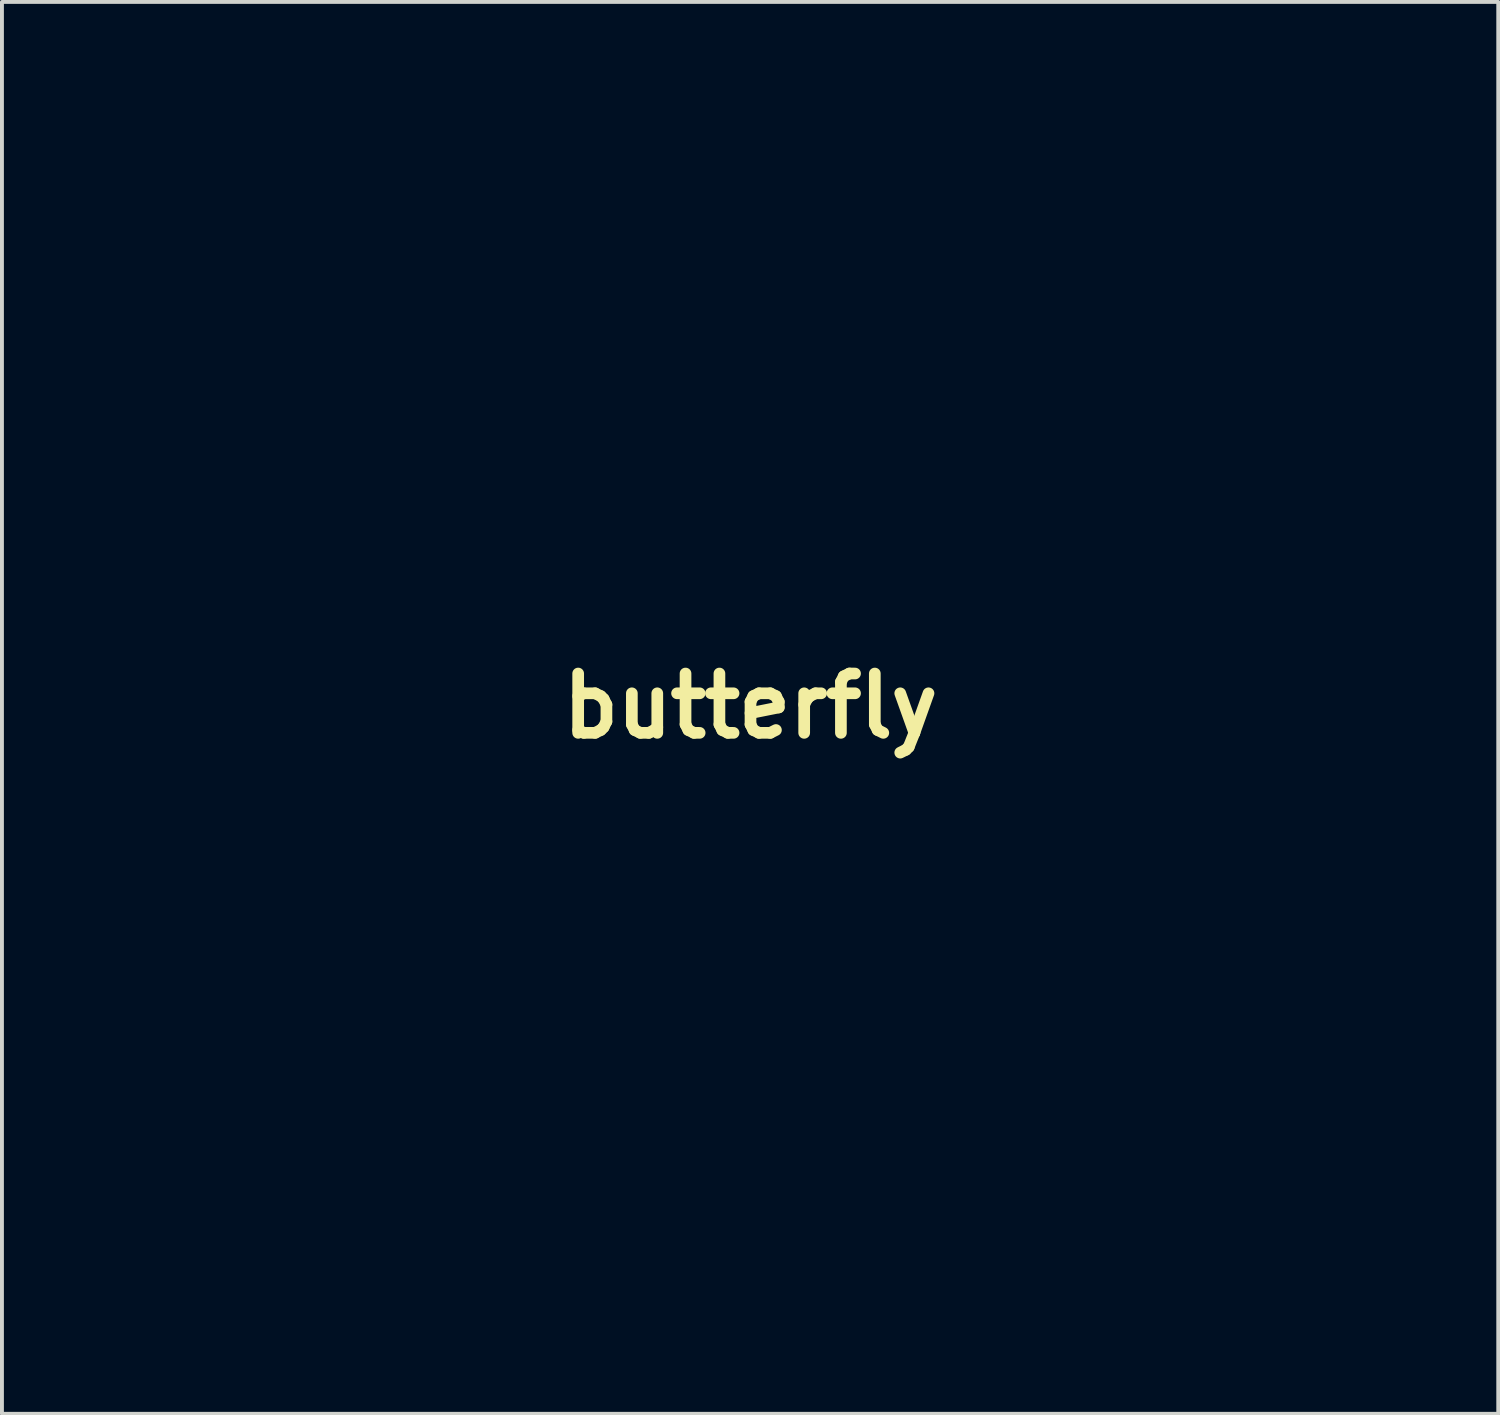
<source format=kicad_pcb>
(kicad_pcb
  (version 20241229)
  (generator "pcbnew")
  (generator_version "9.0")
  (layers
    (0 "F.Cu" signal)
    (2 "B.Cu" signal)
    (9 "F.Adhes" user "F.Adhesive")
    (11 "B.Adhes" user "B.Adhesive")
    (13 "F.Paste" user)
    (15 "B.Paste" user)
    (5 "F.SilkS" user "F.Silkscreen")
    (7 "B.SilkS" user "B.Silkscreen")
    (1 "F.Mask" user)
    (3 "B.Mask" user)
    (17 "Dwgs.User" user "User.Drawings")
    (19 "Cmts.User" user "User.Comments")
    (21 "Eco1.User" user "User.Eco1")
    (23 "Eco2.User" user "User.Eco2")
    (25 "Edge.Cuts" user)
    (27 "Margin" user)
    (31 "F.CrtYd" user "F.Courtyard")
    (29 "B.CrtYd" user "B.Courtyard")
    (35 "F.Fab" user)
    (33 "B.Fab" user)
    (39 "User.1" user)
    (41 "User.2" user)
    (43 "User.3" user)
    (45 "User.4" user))
  (footprint "butterfly"
    (layer "F.Cu")
    (at 16.229 15.086)
    (property "Reference" "butterfly" (at 0 0 0) (layer "F.SilkS") (effects (font (size 1.524 1.524) (thickness 0.3))))
    (attr through_hole)
    (fp_poly (pts (xy -11.62 4.731) (xy -11.652 4.763) (xy -11.684 4.731) (xy -11.652 4.699) (xy -11.62 4.731)) (stroke (width 0.01) (type solid)) (fill no) (layer "Eco2.User"))
    (fp_poly (pts (xy -11.367 5.556) (xy -11.398 5.588) (xy -11.43 5.556) (xy -11.398 5.524) (xy -11.367 5.556)) (stroke (width 0.01) (type solid)) (fill no) (layer "Eco2.User"))
    (fp_poly (pts (xy -11.367 6.382) (xy -11.398 6.413) (xy -11.43 6.382) (xy -11.398 6.35) (xy -11.367 6.382)) (stroke (width 0.01) (type solid)) (fill no) (layer "Eco2.User"))
    (fp_poly (pts (xy -10.287 -2.826) (xy -10.319 -2.794) (xy -10.351 -2.826) (xy -10.319 -2.857) (xy -10.287 -2.826)) (stroke (width 0.01) (type solid)) (fill no) (layer "Eco2.User"))
    (fp_poly (pts (xy -10.16 -2.889) (xy -10.192 -2.857) (xy -10.223 -2.889) (xy -10.192 -2.921) (xy -10.16 -2.889)) (stroke (width 0.01) (type solid)) (fill no) (layer "Eco2.User"))
    (fp_poly (pts (xy -9.97 -4.159) (xy -10.001 -4.128) (xy -10.033 -4.159) (xy -10.001 -4.191) (xy -9.97 -4.159)) (stroke (width 0.01) (type solid)) (fill no) (layer "Eco2.User"))
    (fp_poly (pts (xy -9.842 -8.287) (xy -9.874 -8.255) (xy -9.906 -8.287) (xy -9.874 -8.319) (xy -9.842 -8.287)) (stroke (width 0.01) (type solid)) (fill no) (layer "Eco2.User"))
    (fp_poly (pts (xy -9.779 -4.286) (xy -9.811 -4.255) (xy -9.842 -4.286) (xy -9.811 -4.318) (xy -9.779 -4.286)) (stroke (width 0.01) (type solid)) (fill no) (layer "Eco2.User"))
    (fp_poly (pts (xy -9.716 -8.223) (xy -9.747 -8.191) (xy -9.779 -8.223) (xy -9.747 -8.255) (xy -9.716 -8.223)) (stroke (width 0.01) (type solid)) (fill no) (layer "Eco2.User"))
    (fp_poly (pts (xy -9.652 -7.017) (xy -9.684 -6.985) (xy -9.716 -7.017) (xy -9.684 -7.048) (xy -9.652 -7.017)) (stroke (width 0.01) (type solid)) (fill no) (layer "Eco2.User"))
    (fp_poly (pts (xy -9.652 -2.318) (xy -9.684 -2.286) (xy -9.716 -2.318) (xy -9.684 -2.349) (xy -9.652 -2.318)) (stroke (width 0.01) (type solid)) (fill no) (layer "Eco2.User"))
    (fp_poly (pts (xy -9.461 -8.858) (xy -9.493 -8.826) (xy -9.525 -8.858) (xy -9.493 -8.89) (xy -9.461 -8.858)) (stroke (width 0.01) (type solid)) (fill no) (layer "Eco2.User"))
    (fp_poly (pts (xy -9.461 -7.779) (xy -9.493 -7.747) (xy -9.525 -7.779) (xy -9.493 -7.811) (xy -9.461 -7.779)) (stroke (width 0.01) (type solid)) (fill no) (layer "Eco2.User"))
    (fp_poly (pts (xy -9.461 11.462) (xy -9.493 11.493) (xy -9.525 11.462) (xy -9.493 11.43) (xy -9.461 11.462)) (stroke (width 0.01) (type solid)) (fill no) (layer "Eco2.User"))
    (fp_poly (pts (xy -9.335 4.35) (xy -9.366 4.381) (xy -9.398 4.35) (xy -9.366 4.318) (xy -9.335 4.35)) (stroke (width 0.01) (type solid)) (fill no) (layer "Eco2.User"))
    (fp_poly (pts (xy -9.081 1.81) (xy -9.112 1.841) (xy -9.144 1.81) (xy -9.112 1.778) (xy -9.081 1.81)) (stroke (width 0.01) (type solid)) (fill no) (layer "Eco2.User"))
    (fp_poly (pts (xy -9.017 11.017) (xy -9.049 11.049) (xy -9.081 11.017) (xy -9.049 10.986) (xy -9.017 11.017)) (stroke (width 0.01) (type solid)) (fill no) (layer "Eco2.User"))
    (fp_poly (pts (xy -8.826 10.89) (xy -8.858 10.922) (xy -8.89 10.89) (xy -8.858 10.858) (xy -8.826 10.89)) (stroke (width 0.01) (type solid)) (fill no) (layer "Eco2.User"))
    (fp_poly (pts (xy -8.7 3.461) (xy -8.731 3.493) (xy -8.763 3.461) (xy -8.731 3.429) (xy -8.7 3.461)) (stroke (width 0.01) (type solid)) (fill no) (layer "Eco2.User"))
    (fp_poly (pts (xy -8.382 2.699) (xy -8.414 2.731) (xy -8.445 2.699) (xy -8.414 2.667) (xy -8.382 2.699)) (stroke (width 0.01) (type solid)) (fill no) (layer "Eco2.User"))
    (fp_poly (pts (xy -8.382 2.889) (xy -8.414 2.921) (xy -8.445 2.889) (xy -8.414 2.857) (xy -8.382 2.889)) (stroke (width 0.01) (type solid)) (fill no) (layer "Eco2.User"))
    (fp_poly (pts (xy -7.239 4.413) (xy -7.271 4.445) (xy -7.303 4.413) (xy -7.271 4.381) (xy -7.239 4.413)) (stroke (width 0.01) (type solid)) (fill no) (layer "Eco2.User"))
    (fp_poly (pts (xy -7.176 -0.222) (xy -7.207 -0.191) (xy -7.239 -0.222) (xy -7.207 -0.254) (xy -7.176 -0.222)) (stroke (width 0.01) (type solid)) (fill no) (layer "Eco2.User"))
    (fp_poly (pts (xy -7.048 -11.271) (xy -7.08 -11.239) (xy -7.112 -11.271) (xy -7.08 -11.303) (xy -7.048 -11.271)) (stroke (width 0.01) (type solid)) (fill no) (layer "Eco2.User"))
    (fp_poly (pts (xy -6.858 -11.144) (xy -6.89 -11.113) (xy -6.921 -11.144) (xy -6.89 -11.176) (xy -6.858 -11.144)) (stroke (width 0.01) (type solid)) (fill no) (layer "Eco2.User"))
    (fp_poly (pts (xy -6.795 2.889) (xy -6.826 2.921) (xy -6.858 2.889) (xy -6.826 2.857) (xy -6.795 2.889)) (stroke (width 0.01) (type solid)) (fill no) (layer "Eco2.User"))
    (fp_poly (pts (xy -6.413 4.35) (xy -6.445 4.381) (xy -6.477 4.35) (xy -6.445 4.318) (xy -6.413 4.35)) (stroke (width 0.01) (type solid)) (fill no) (layer "Eco2.User"))
    (fp_poly (pts (xy -6.032 5.556) (xy -6.064 5.588) (xy -6.096 5.556) (xy -6.064 5.524) (xy -6.032 5.556)) (stroke (width 0.01) (type solid)) (fill no) (layer "Eco2.User"))
    (fp_poly (pts (xy -5.842 5.429) (xy -5.874 5.461) (xy -5.905 5.429) (xy -5.874 5.397) (xy -5.842 5.429)) (stroke (width 0.01) (type solid)) (fill no) (layer "Eco2.User"))
    (fp_poly (pts (xy -5.715 -9.938) (xy -5.747 -9.906) (xy -5.779 -9.938) (xy -5.747 -9.97) (xy -5.715 -9.938)) (stroke (width 0.01) (type solid)) (fill no) (layer "Eco2.User"))
    (fp_poly (pts (xy -5.524 5.239) (xy -5.556 5.271) (xy -5.588 5.239) (xy -5.556 5.207) (xy -5.524 5.239)) (stroke (width 0.01) (type solid)) (fill no) (layer "Eco2.User"))
    (fp_poly (pts (xy -4.889 7.334) (xy -4.921 7.366) (xy -4.953 7.334) (xy -4.921 7.303) (xy -4.889 7.334)) (stroke (width 0.01) (type solid)) (fill no) (layer "Eco2.User"))
    (fp_poly (pts (xy -4.763 7.271) (xy -4.794 7.303) (xy -4.826 7.271) (xy -4.794 7.239) (xy -4.763 7.271)) (stroke (width 0.01) (type solid)) (fill no) (layer "Eco2.User"))
    (fp_poly (pts (xy -3.619 7.525) (xy -3.651 7.556) (xy -3.683 7.525) (xy -3.651 7.493) (xy -3.619 7.525)) (stroke (width 0.01) (type solid)) (fill no) (layer "Eco2.User"))
    (fp_poly (pts (xy -3.175 7.207) (xy -3.207 7.239) (xy -3.239 7.207) (xy -3.207 7.176) (xy -3.175 7.207)) (stroke (width 0.01) (type solid)) (fill no) (layer "Eco2.User"))
    (fp_poly (pts (xy -2.921 -3.588) (xy -2.953 -3.556) (xy -2.985 -3.588) (xy -2.953 -3.619) (xy -2.921 -3.588)) (stroke (width 0.01) (type solid)) (fill no) (layer "Eco2.User"))
    (fp_poly (pts (xy -2.857 6.636) (xy -2.889 6.668) (xy -2.921 6.636) (xy -2.889 6.604) (xy -2.857 6.636)) (stroke (width 0.01) (type solid)) (fill no) (layer "Eco2.User"))
    (fp_poly (pts (xy -2.286 -1.556) (xy -2.318 -1.524) (xy -2.349 -1.556) (xy -2.318 -1.587) (xy -2.286 -1.556)) (stroke (width 0.01) (type solid)) (fill no) (layer "Eco2.User"))
    (fp_poly (pts (xy -2.286 -1.429) (xy -2.318 -1.397) (xy -2.349 -1.429) (xy -2.318 -1.46) (xy -2.286 -1.429)) (stroke (width 0.01) (type solid)) (fill no) (layer "Eco2.User"))
    (fp_poly (pts (xy -1.651 -1.429) (xy -1.683 -1.397) (xy -1.714 -1.429) (xy -1.683 -1.46) (xy -1.651 -1.429)) (stroke (width 0.01) (type solid)) (fill no) (layer "Eco2.User"))
    (fp_poly (pts (xy -1.016 -0.73) (xy -1.048 -0.699) (xy -1.079 -0.73) (xy -1.048 -0.762) (xy -1.016 -0.73)) (stroke (width 0.01) (type solid)) (fill no) (layer "Eco2.User"))
    (fp_poly (pts (xy -0.826 0.095) (xy -0.857 0.127) (xy -0.889 0.095) (xy -0.857 0.064) (xy -0.826 0.095)) (stroke (width 0.01) (type solid)) (fill no) (layer "Eco2.User"))
    (fp_poly (pts (xy -0.635 -5.429) (xy -0.667 -5.397) (xy -0.699 -5.429) (xy -0.667 -5.461) (xy -0.635 -5.429)) (stroke (width 0.01) (type solid)) (fill no) (layer "Eco2.User"))
    (fp_poly (pts (xy 0.381 -5.683) (xy 0.349 -5.652) (xy 0.318 -5.683) (xy 0.349 -5.715) (xy 0.381 -5.683)) (stroke (width 0.01) (type solid)) (fill no) (layer "Eco2.User"))
    (fp_poly (pts (xy 0.953 0.095) (xy 0.921 0.127) (xy 0.889 0.095) (xy 0.921 0.064) (xy 0.953 0.095)) (stroke (width 0.01) (type solid)) (fill no) (layer "Eco2.User"))
    (fp_poly (pts (xy 1.143 -3.588) (xy 1.111 -3.556) (xy 1.079 -3.588) (xy 1.111 -3.619) (xy 1.143 -3.588)) (stroke (width 0.01) (type solid)) (fill no) (layer "Eco2.User"))
    (fp_poly (pts (xy 1.143 0.413) (xy 1.111 0.445) (xy 1.079 0.413) (xy 1.111 0.381) (xy 1.143 0.413)) (stroke (width 0.01) (type solid)) (fill no) (layer "Eco2.User"))
    (fp_poly (pts (xy 1.206 -3.207) (xy 1.175 -3.175) (xy 1.143 -3.207) (xy 1.175 -3.239) (xy 1.206 -3.207)) (stroke (width 0.01) (type solid)) (fill no) (layer "Eco2.User"))
    (fp_poly (pts (xy 1.524 -1.302) (xy 1.492 -1.27) (xy 1.46 -1.302) (xy 1.492 -1.333) (xy 1.524 -1.302)) (stroke (width 0.01) (type solid)) (fill no) (layer "Eco2.User"))
    (fp_poly (pts (xy 2.223 -1.238) (xy 2.191 -1.206) (xy 2.159 -1.238) (xy 2.191 -1.27) (xy 2.223 -1.238)) (stroke (width 0.01) (type solid)) (fill no) (layer "Eco2.User"))
    (fp_poly (pts (xy 2.349 -1.238) (xy 2.318 -1.206) (xy 2.286 -1.238) (xy 2.318 -1.27) (xy 2.349 -1.238)) (stroke (width 0.01) (type solid)) (fill no) (layer "Eco2.User"))
    (fp_poly (pts (xy 3.048 -3.651) (xy 3.016 -3.619) (xy 2.985 -3.651) (xy 3.016 -3.683) (xy 3.048 -3.651)) (stroke (width 0.01) (type solid)) (fill no) (layer "Eco2.User"))
    (fp_poly (pts (xy 3.111 6.953) (xy 3.08 6.985) (xy 3.048 6.953) (xy 3.08 6.921) (xy 3.111 6.953)) (stroke (width 0.01) (type solid)) (fill no) (layer "Eco2.User"))
    (fp_poly (pts (xy 3.175 7.08) (xy 3.143 7.112) (xy 3.111 7.08) (xy 3.143 7.048) (xy 3.175 7.08)) (stroke (width 0.01) (type solid)) (fill no) (layer "Eco2.User"))
    (fp_poly (pts (xy 3.493 -7.207) (xy 3.461 -7.176) (xy 3.429 -7.207) (xy 3.461 -7.239) (xy 3.493 -7.207)) (stroke (width 0.01) (type solid)) (fill no) (layer "Eco2.User"))
    (fp_poly (pts (xy 3.873 9.938) (xy 3.842 9.97) (xy 3.81 9.938) (xy 3.842 9.906) (xy 3.873 9.938)) (stroke (width 0.01) (type solid)) (fill no) (layer "Eco2.User"))
    (fp_poly (pts (xy 5.588 5.239) (xy 5.556 5.271) (xy 5.524 5.239) (xy 5.556 5.207) (xy 5.588 5.239)) (stroke (width 0.01) (type solid)) (fill no) (layer "Eco2.User"))
    (fp_poly (pts (xy 5.969 -10.255) (xy 5.937 -10.223) (xy 5.905 -10.255) (xy 5.937 -10.287) (xy 5.969 -10.255)) (stroke (width 0.01) (type solid)) (fill no) (layer "Eco2.User"))
    (fp_poly (pts (xy 7.556 4.54) (xy 7.525 4.572) (xy 7.493 4.54) (xy 7.525 4.508) (xy 7.556 4.54)) (stroke (width 0.01) (type solid)) (fill no) (layer "Eco2.User"))
    (fp_poly (pts (xy 7.684 4.413) (xy 7.652 4.445) (xy 7.62 4.413) (xy 7.652 4.381) (xy 7.684 4.413)) (stroke (width 0.01) (type solid)) (fill no) (layer "Eco2.User"))
    (fp_poly (pts (xy 7.747 3.27) (xy 7.715 3.302) (xy 7.684 3.27) (xy 7.715 3.239) (xy 7.747 3.27)) (stroke (width 0.01) (type solid)) (fill no) (layer "Eco2.User"))
    (fp_poly (pts (xy 7.747 4.54) (xy 7.715 4.572) (xy 7.684 4.54) (xy 7.715 4.508) (xy 7.747 4.54)) (stroke (width 0.01) (type solid)) (fill no) (layer "Eco2.User"))
    (fp_poly (pts (xy 8.445 2.953) (xy 8.414 2.985) (xy 8.382 2.953) (xy 8.414 2.921) (xy 8.445 2.953)) (stroke (width 0.01) (type solid)) (fill no) (layer "Eco2.User"))
    (fp_poly (pts (xy 8.509 1.365) (xy 8.477 1.397) (xy 8.445 1.365) (xy 8.477 1.333) (xy 8.509 1.365)) (stroke (width 0.01) (type solid)) (fill no) (layer "Eco2.User"))
    (fp_poly (pts (xy 8.636 1.429) (xy 8.604 1.46) (xy 8.572 1.429) (xy 8.604 1.397) (xy 8.636 1.429)) (stroke (width 0.01) (type solid)) (fill no) (layer "Eco2.User"))
    (fp_poly (pts (xy 8.763 -9.176) (xy 8.731 -9.144) (xy 8.7 -9.176) (xy 8.731 -9.207) (xy 8.763 -9.176)) (stroke (width 0.01) (type solid)) (fill no) (layer "Eco2.User"))
    (fp_poly (pts (xy 8.763 3.461) (xy 8.731 3.493) (xy 8.7 3.461) (xy 8.731 3.429) (xy 8.763 3.461)) (stroke (width 0.01) (type solid)) (fill no) (layer "Eco2.User"))
    (fp_poly (pts (xy 8.89 -9.239) (xy 8.858 -9.207) (xy 8.826 -9.239) (xy 8.858 -9.271) (xy 8.89 -9.239)) (stroke (width 0.01) (type solid)) (fill no) (layer "Eco2.User"))
    (fp_poly (pts (xy 9.081 -8.541) (xy 9.049 -8.509) (xy 9.017 -8.541) (xy 9.049 -8.572) (xy 9.081 -8.541)) (stroke (width 0.01) (type solid)) (fill no) (layer "Eco2.User"))
    (fp_poly (pts (xy 9.271 4.286) (xy 9.239 4.318) (xy 9.207 4.286) (xy 9.239 4.255) (xy 9.271 4.286)) (stroke (width 0.01) (type solid)) (fill no) (layer "Eco2.User"))
    (fp_poly (pts (xy 9.335 -7.144) (xy 9.303 -7.112) (xy 9.271 -7.144) (xy 9.303 -7.176) (xy 9.335 -7.144)) (stroke (width 0.01) (type solid)) (fill no) (layer "Eco2.User"))
    (fp_poly (pts (xy 9.461 4.413) (xy 9.43 4.445) (xy 9.398 4.413) (xy 9.43 4.381) (xy 9.461 4.413)) (stroke (width 0.01) (type solid)) (fill no) (layer "Eco2.User"))
    (fp_poly (pts (xy 9.525 -8.414) (xy 9.493 -8.382) (xy 9.461 -8.414) (xy 9.493 -8.445) (xy 9.525 -8.414)) (stroke (width 0.01) (type solid)) (fill no) (layer "Eco2.User"))
    (fp_poly (pts (xy 9.588 -9.493) (xy 9.557 -9.461) (xy 9.525 -9.493) (xy 9.557 -9.525) (xy 9.588 -9.493)) (stroke (width 0.01) (type solid)) (fill no) (layer "Eco2.User"))
    (fp_poly (pts (xy 9.588 -8.16) (xy 9.557 -8.128) (xy 9.525 -8.16) (xy 9.557 -8.191) (xy 9.588 -8.16)) (stroke (width 0.01) (type solid)) (fill no) (layer "Eco2.User"))
    (fp_poly (pts (xy 9.652 -8.35) (xy 9.62 -8.319) (xy 9.588 -8.35) (xy 9.62 -8.382) (xy 9.652 -8.35)) (stroke (width 0.01) (type solid)) (fill no) (layer "Eco2.User"))
    (fp_poly (pts (xy 9.716 -8.223) (xy 9.684 -8.191) (xy 9.652 -8.223) (xy 9.684 -8.255) (xy 9.716 -8.223)) (stroke (width 0.01) (type solid)) (fill no) (layer "Eco2.User"))
    (fp_poly (pts (xy 9.779 -6.89) (xy 9.747 -6.858) (xy 9.716 -6.89) (xy 9.747 -6.921) (xy 9.779 -6.89)) (stroke (width 0.01) (type solid)) (fill no) (layer "Eco2.User"))
    (fp_poly (pts (xy 9.842 -2.318) (xy 9.811 -2.286) (xy 9.779 -2.318) (xy 9.811 -2.349) (xy 9.842 -2.318)) (stroke (width 0.01) (type solid)) (fill no) (layer "Eco2.User"))
    (fp_poly (pts (xy 9.906 -4.223) (xy 9.874 -4.191) (xy 9.842 -4.223) (xy 9.874 -4.255) (xy 9.906 -4.223)) (stroke (width 0.01) (type solid)) (fill no) (layer "Eco2.User"))
    (fp_poly (pts (xy 10.033 -2.445) (xy 10.001 -2.413) (xy 9.97 -2.445) (xy 10.001 -2.477) (xy 10.033 -2.445)) (stroke (width 0.01) (type solid)) (fill no) (layer "Eco2.User"))
    (fp_poly (pts (xy 10.351 10.827) (xy 10.319 10.858) (xy 10.287 10.827) (xy 10.319 10.795) (xy 10.351 10.827)) (stroke (width 0.01) (type solid)) (fill no) (layer "Eco2.User"))
    (fp_poly (pts (xy 10.477 8.16) (xy 10.446 8.191) (xy 10.414 8.16) (xy 10.446 8.128) (xy 10.477 8.16)) (stroke (width 0.01) (type solid)) (fill no) (layer "Eco2.User"))
    (fp_poly (pts (xy 11.748 0.286) (xy 11.716 0.318) (xy 11.684 0.286) (xy 11.716 0.254) (xy 11.748 0.286)) (stroke (width 0.01) (type solid)) (fill no) (layer "Eco2.User"))
    (fp_poly (pts (xy 11.748 4.667) (xy 11.716 4.699) (xy 11.684 4.667) (xy 11.716 4.636) (xy 11.748 4.667)) (stroke (width 0.01) (type solid)) (fill no) (layer "Eco2.User"))
    (fp_poly (pts (xy 11.874 4.604) (xy 11.843 4.636) (xy 11.811 4.604) (xy 11.843 4.572) (xy 11.874 4.604)) (stroke (width 0.01) (type solid)) (fill no) (layer "Eco2.User"))
    (fp_poly (pts (xy -12.594 3.831) (xy -12.587 3.907) (xy -12.594 3.916) (xy -12.632 3.907) (xy -12.636 3.873) (xy -12.613 3.821) (xy -12.594 3.831)) (stroke (width 0.01) (type solid)) (fill no) (layer "Eco2.User"))
    (fp_poly (pts (xy -9.292 -10.202) (xy -9.301 -10.165) (xy -9.335 -10.16) (xy -9.387 -10.183) (xy -9.377 -10.202) (xy -9.301 -10.21) (xy -9.292 -10.202)) (stroke (width 0.01) (type solid)) (fill no) (layer "Eco2.User"))
    (fp_poly (pts (xy -9.161 1.93) (xy -9.18 1.959) (xy -9.245 1.963) (xy -9.312 1.948) (xy -9.283 1.925) (xy -9.184 1.918) (xy -9.161 1.93)) (stroke (width 0.01) (type solid)) (fill no) (layer "Eco2.User"))
    (fp_poly (pts (xy 1.884 -2.455) (xy 1.875 -2.418) (xy 1.841 -2.413) (xy 1.789 -2.436) (xy 1.799 -2.455) (xy 1.875 -2.463) (xy 1.884 -2.455)) (stroke (width 0.01) (type solid)) (fill no) (layer "Eco2.User"))
    (fp_poly (pts (xy 11.663 5.165) (xy 11.67 5.24) (xy 11.663 5.249) (xy 11.625 5.241) (xy 11.62 5.207) (xy 11.644 5.155) (xy 11.663 5.165)) (stroke (width 0.01) (type solid)) (fill no) (layer "Eco2.User"))
    (fp_poly (pts (xy 11.663 6.943) (xy 11.67 7.018) (xy 11.663 7.027) (xy 11.625 7.019) (xy 11.62 6.985) (xy 11.644 6.933) (xy 11.663 6.943)) (stroke (width 0.01) (type solid)) (fill no) (layer "Eco2.User"))
    (fp_poly (pts (xy -10.614 8.154) (xy -10.547 8.213) (xy -10.541 8.227) (xy -10.571 8.253) (xy -10.634 8.195) (xy -10.642 8.182) (xy -10.65 8.138) (xy -10.614 8.154)) (stroke (width 0.01) (type solid)) (fill no) (layer "Eco2.User"))
    (fp_poly (pts (xy -8.836 -9.245) (xy -8.769 -9.186) (xy -8.763 -9.172) (xy -8.793 -9.146) (xy -8.856 -9.204) (xy -8.864 -9.217) (xy -8.872 -9.261) (xy -8.836 -9.245)) (stroke (width 0.01) (type solid)) (fill no) (layer "Eco2.User"))
    (fp_poly (pts (xy 7.267 0.103) (xy 7.357 0.154) (xy 7.342 0.187) (xy 7.306 0.191) (xy 7.22 0.144) (xy 7.208 0.128) (xy 7.218 0.092) (xy 7.267 0.103)) (stroke (width 0.01) (type solid)) (fill no) (layer "Eco2.User"))
    (fp_poly (pts (xy 9.325 -8.928) (xy 9.393 -8.864) (xy 9.379 -8.827) (xy 9.37 -8.826) (xy 9.316 -8.872) (xy 9.297 -8.9) (xy 9.289 -8.943) (xy 9.325 -8.928)) (stroke (width 0.01) (type solid)) (fill no) (layer "Eco2.User"))
    (fp_poly (pts (xy -3.322 7.399) (xy -3.357 7.445) (xy -3.45 7.544) (xy -3.491 7.544) (xy -3.493 7.533) (xy -3.449 7.48) (xy -3.381 7.421) (xy -3.306 7.366) (xy -3.322 7.399)) (stroke (width 0.01) (type solid)) (fill no) (layer "Eco2.User"))
    (fp_poly (pts (xy 4.034 10.053) (xy 4.08 10.088) (xy 4.179 10.181) (xy 4.178 10.222) (xy 4.167 10.223) (xy 4.114 10.18) (xy 4.056 10.112) (xy 4.001 10.037) (xy 4.034 10.053)) (stroke (width 0.01) (type solid)) (fill no) (layer "Eco2.User"))
    (fp_poly (pts (xy 8.108 -10.5) (xy 8.096 -10.477) (xy 8.036 -10.417) (xy 8.025 -10.414) (xy 8.021 -10.455) (xy 8.033 -10.477) (xy 8.093 -10.538) (xy 8.104 -10.541) (xy 8.108 -10.5)) (stroke (width 0.01) (type solid)) (fill no) (layer "Eco2.User"))
    (fp_poly (pts (xy -0.843 1.008) (xy -0.826 1.146) (xy -0.826 1.175) (xy -0.832 1.322) (xy -0.847 1.395) (xy -0.85 1.397) (xy -0.873 1.341) (xy -0.897 1.204) (xy -0.901 1.175) (xy -0.906 1.029) (xy -0.883 0.955) (xy -0.876 0.953) (xy -0.843 1.008)) (stroke (width 0.01) (type solid)) (fill no) (layer "Eco2.User"))
    (fp_poly (pts (xy 14.011 -15.073) (xy 14.143 -15.053) (xy 14.178 -15.026) (xy 14.211 -14.998) (xy 14.336 -14.991) (xy 14.401 -14.996) (xy 14.554 -14.999) (xy 14.623 -14.976) (xy 14.622 -14.962) (xy 14.647 -14.93) (xy 14.752 -14.936) (xy 14.862 -14.942) (xy 14.885 -14.913) (xy 14.909 -14.866) (xy 15.04 -14.842) (xy 15.16 -14.842) (xy 15.207 -14.806) (xy 15.197 -14.778) (xy 15.203 -14.738) (xy 15.265 -14.752) (xy 15.339 -14.762) (xy 15.335 -14.731) (xy 15.348 -14.675) (xy 15.452 -14.655) (xy 15.51 -14.661) (xy 15.544 -14.627) (xy 15.543 -14.621) (xy 15.574 -14.549) (xy 15.669 -14.436) (xy 15.789 -14.317) (xy 15.898 -14.23) (xy 15.954 -14.209) (xy 15.99 -14.183) (xy 15.989 -14.176) (xy 16 -14.09) (xy 16.045 -13.947) (xy 16.105 -13.795) (xy 16.162 -13.683) (xy 16.19 -13.652) (xy 16.202 -13.594) (xy 16.203 -13.436) (xy 16.194 -13.208) (xy 16.184 -13.065) (xy 16.17 -12.802) (xy 16.165 -12.586) (xy 16.17 -12.449) (xy 16.177 -12.42) (xy 16.168 -12.395) (xy 16.129 -12.414) (xy 16.071 -12.425) (xy 16.078 -12.343) (xy 16.063 -12.201) (xy 16.019 -12.135) (xy 15.956 -12.008) (xy 15.959 -11.93) (xy 15.961 -11.849) (xy 15.933 -11.846) (xy 15.883 -11.824) (xy 15.858 -11.693) (xy 15.858 -11.574) (xy 15.822 -11.526) (xy 15.794 -11.536) (xy 15.755 -11.53) (xy 15.772 -11.458) (xy 15.79 -11.382) (xy 15.771 -11.385) (xy 15.721 -11.371) (xy 15.662 -11.276) (xy 15.612 -11.146) (xy 15.589 -11.025) (xy 15.599 -10.969) (xy 15.601 -10.933) (xy 15.557 -10.954) (xy 15.5 -10.969) (xy 15.514 -10.897) (xy 15.525 -10.823) (xy 15.482 -10.834) (xy 15.436 -10.836) (xy 15.451 -10.77) (xy 15.461 -10.696) (xy 15.419 -10.707) (xy 15.373 -10.709) (xy 15.391 -10.633) (xy 15.409 -10.557) (xy 15.39 -10.56) (xy 15.34 -10.545) (xy 15.281 -10.45) (xy 15.231 -10.32) (xy 15.208 -10.199) (xy 15.218 -10.144) (xy 15.219 -10.107) (xy 15.186 -10.122) (xy 15.123 -10.111) (xy 15.096 -9.978) (xy 15.096 -9.859) (xy 15.071 -9.804) (xy 15.052 -9.809) (xy 15.007 -9.778) (xy 14.956 -9.666) (xy 14.913 -9.52) (xy 14.893 -9.386) (xy 14.903 -9.314) (xy 14.901 -9.283) (xy 14.859 -9.303) (xy 14.802 -9.314) (xy 14.809 -9.225) (xy 14.811 -9.217) (xy 14.818 -9.122) (xy 14.78 -9.122) (xy 14.737 -9.112) (xy 14.748 -9.027) (xy 14.755 -8.931) (xy 14.716 -8.932) (xy 14.674 -8.921) (xy 14.684 -8.836) (xy 14.691 -8.741) (xy 14.653 -8.741) (xy 14.61 -8.731) (xy 14.621 -8.646) (xy 14.624 -8.54) (xy 14.592 -8.509) (xy 14.553 -8.459) (xy 14.56 -8.382) (xy 14.564 -8.294) (xy 14.526 -8.296) (xy 14.484 -8.281) (xy 14.491 -8.171) (xy 14.497 -8.058) (xy 14.46 -8.044) (xy 14.421 -8.025) (xy 14.428 -7.917) (xy 14.433 -7.805) (xy 14.397 -7.789) (xy 14.361 -7.763) (xy 14.358 -7.633) (xy 14.362 -7.601) (xy 14.365 -7.458) (xy 14.337 -7.409) (xy 14.328 -7.412) (xy 14.298 -7.379) (xy 14.296 -7.238) (xy 14.308 -7.106) (xy 14.324 -6.913) (xy 14.314 -6.836) (xy 14.283 -6.858) (xy 14.252 -6.862) (xy 14.236 -6.759) (xy 14.233 -6.541) (xy 14.237 -6.34) (xy 14.24 -6.083) (xy 14.232 -5.887) (xy 14.215 -5.776) (xy 14.201 -5.761) (xy 14.173 -5.726) (xy 14.165 -5.598) (xy 14.169 -5.507) (xy 14.172 -5.345) (xy 14.153 -5.258) (xy 14.137 -5.253) (xy 14.107 -5.222) (xy 14.104 -5.1) (xy 14.108 -5.057) (xy 14.112 -4.907) (xy 14.086 -4.829) (xy 14.077 -4.826) (xy 14.044 -4.773) (xy 14.049 -4.669) (xy 14.053 -4.565) (xy 14.024 -4.546) (xy 13.977 -4.522) (xy 13.953 -4.391) (xy 13.953 -4.271) (xy 13.917 -4.223) (xy 13.889 -4.233) (xy 13.848 -4.221) (xy 13.859 -4.137) (xy 13.866 -4.042) (xy 13.829 -4.041) (xy 13.787 -4.021) (xy 13.791 -3.89) (xy 13.792 -3.883) (xy 13.795 -3.746) (xy 13.765 -3.683) (xy 13.761 -3.683) (xy 13.727 -3.629) (xy 13.729 -3.499) (xy 13.729 -3.496) (xy 13.732 -3.372) (xy 13.696 -3.346) (xy 13.695 -3.347) (xy 13.66 -3.325) (xy 13.666 -3.216) (xy 13.67 -3.094) (xy 13.637 -3.048) (xy 13.603 -3.001) (xy 13.613 -2.949) (xy 13.618 -2.884) (xy 13.577 -2.896) (xy 13.531 -2.899) (xy 13.546 -2.833) (xy 13.555 -2.759) (xy 13.525 -2.763) (xy 13.462 -2.757) (xy 13.454 -2.734) (xy 13.438 -2.609) (xy 13.435 -2.588) (xy 13.383 -2.522) (xy 13.356 -2.521) (xy 13.273 -2.487) (xy 13.157 -2.385) (xy 13.137 -2.363) (xy 12.986 -2.192) (xy 13.145 -2.318) (xy 13.303 -2.445) (xy 13.185 -2.304) (xy 13.087 -2.206) (xy 13.026 -2.172) (xy 12.925 -2.155) (xy 12.831 -2.097) (xy 12.797 -2.032) (xy 12.8 -2.024) (xy 12.8 -1.975) (xy 12.784 -1.974) (xy 12.65 -1.975) (xy 12.6 -1.927) (xy 12.611 -1.895) (xy 12.618 -1.851) (xy 12.591 -1.862) (xy 12.507 -1.863) (xy 12.374 -1.822) (xy 12.234 -1.758) (xy 12.128 -1.691) (xy 12.098 -1.64) (xy 12.101 -1.636) (xy 12.082 -1.619) (xy 11.998 -1.634) (xy 11.899 -1.642) (xy 11.894 -1.607) (xy 11.876 -1.567) (xy 11.768 -1.574) (xy 11.656 -1.579) (xy 11.639 -1.545) (xy 11.615 -1.508) (xy 11.494 -1.51) (xy 11.49 -1.511) (xy 11.359 -1.514) (xy 11.303 -1.484) (xy 11.303 -1.484) (xy 11.243 -1.465) (xy 11.079 -1.452) (xy 10.831 -1.444) (xy 10.524 -1.443) (xy 10.366 -1.445) (xy 9.985 -1.449) (xy 9.725 -1.445) (xy 9.582 -1.428) (xy 9.552 -1.397) (xy 9.629 -1.346) (xy 9.809 -1.274) (xy 10.01 -1.204) (xy 10.211 -1.144) (xy 10.367 -1.116) (xy 10.431 -1.122) (xy 10.466 -1.122) (xy 10.446 -1.079) (xy 10.435 -1.023) (xy 10.522 -1.03) (xy 10.537 -1.033) (xy 10.632 -1.049) (xy 10.643 -1.033) (xy 10.673 -0.99) (xy 10.784 -0.921) (xy 10.94 -0.842) (xy 11.103 -0.774) (xy 11.235 -0.735) (xy 11.239 -0.734) (xy 11.324 -0.671) (xy 11.335 -0.629) (xy 11.386 -0.549) (xy 11.43 -0.538) (xy 11.502 -0.488) (xy 11.505 -0.421) (xy 11.512 -0.341) (xy 11.541 -0.34) (xy 11.573 -0.31) (xy 11.575 -0.192) (xy 11.573 -0.171) (xy 11.564 -0.045) (xy 11.588 -0.029) (xy 11.618 -0.064) (xy 11.662 -0.108) (xy 11.661 -0.047) (xy 11.648 0.011) (xy 11.633 0.173) (xy 11.655 0.318) (xy 11.702 0.406) (xy 11.751 0.41) (xy 11.781 0.426) (xy 11.768 0.483) (xy 11.755 0.557) (xy 11.81 0.54) (xy 11.864 0.523) (xy 11.849 0.562) (xy 11.845 0.651) (xy 11.892 0.759) (xy 11.962 0.838) (xy 12.026 0.844) (xy 12.026 0.843) (xy 12.044 0.853) (xy 12.026 0.917) (xy 12.01 1) (xy 12.053 0.991) (xy 12.1 0.989) (xy 12.085 1.055) (xy 12.075 1.129) (xy 12.117 1.118) (xy 12.164 1.116) (xy 12.149 1.182) (xy 12.139 1.256) (xy 12.175 1.249) (xy 12.218 1.258) (xy 12.208 1.343) (xy 12.201 1.435) (xy 12.23 1.445) (xy 12.266 1.477) (xy 12.286 1.6) (xy 12.287 1.652) (xy 12.281 1.799) (xy 12.265 1.867) (xy 12.26 1.867) (xy 12.216 1.887) (xy 12.167 1.99) (xy 12.125 2.135) (xy 12.103 2.28) (xy 12.107 2.361) (xy 12.121 2.457) (xy 12.089 2.443) (xy 12.065 2.413) (xy 12.012 2.356) (xy 12.019 2.409) (xy 12.027 2.434) (xy 12.06 2.583) (xy 12.065 2.644) (xy 12.094 2.708) (xy 12.121 2.703) (xy 12.169 2.717) (xy 12.172 2.747) (xy 12.18 2.898) (xy 12.216 3.094) (xy 12.269 3.301) (xy 12.33 3.487) (xy 12.389 3.617) (xy 12.435 3.658) (xy 12.437 3.657) (xy 12.462 3.697) (xy 12.476 3.829) (xy 12.478 3.906) (xy 12.466 4.07) (xy 12.435 4.162) (xy 12.418 4.17) (xy 12.352 4.213) (xy 12.274 4.331) (xy 12.272 4.334) (xy 12.162 4.471) (xy 12.01 4.508) (xy 11.819 4.542) (xy 11.683 4.628) (xy 11.632 4.743) (xy 11.641 4.788) (xy 11.65 4.861) (xy 11.62 4.857) (xy 11.586 4.892) (xy 11.559 5.013) (xy 11.542 5.177) (xy 11.543 5.343) (xy 11.551 5.418) (xy 11.52 5.442) (xy 11.496 5.431) (xy 11.375 5.418) (xy 11.262 5.498) (xy 11.188 5.642) (xy 11.177 5.733) (xy 11.192 5.951) (xy 11.229 6.113) (xy 11.281 6.19) (xy 11.309 6.187) (xy 11.337 6.205) (xy 11.323 6.262) (xy 11.313 6.336) (xy 11.355 6.325) (xy 11.403 6.323) (xy 11.393 6.373) (xy 11.393 6.497) (xy 11.436 6.615) (xy 11.522 6.827) (xy 11.566 7.042) (xy 11.561 7.22) (xy 11.517 7.31) (xy 11.445 7.351) (xy 11.43 7.34) (xy 11.384 7.333) (xy 11.301 7.367) (xy 11.216 7.45) (xy 11.216 7.512) (xy 11.229 7.555) (xy 11.21 7.543) (xy 11.112 7.523) (xy 11.009 7.584) (xy 10.945 7.689) (xy 10.943 7.759) (xy 10.956 7.845) (xy 10.941 7.851) (xy 10.872 7.86) (xy 10.755 7.933) (xy 10.746 7.94) (xy 10.612 8.028) (xy 10.511 8.064) (xy 10.511 8.065) (xy 10.407 8.109) (xy 10.307 8.209) (xy 10.249 8.32) (xy 10.253 8.378) (xy 10.247 8.439) (xy 10.22 8.445) (xy 10.172 8.496) (xy 10.178 8.572) (xy 10.179 8.674) (xy 10.147 8.7) (xy 10.109 8.752) (xy 10.112 8.858) (xy 10.116 8.976) (xy 10.088 9.017) (xy 10.064 9.076) (xy 10.045 9.233) (xy 10.034 9.461) (xy 10.033 9.588) (xy 10.039 9.84) (xy 10.054 10.035) (xy 10.075 10.146) (xy 10.088 10.16) (xy 10.117 10.213) (xy 10.11 10.328) (xy 10.104 10.445) (xy 10.145 10.455) (xy 10.186 10.467) (xy 10.176 10.551) (xy 10.166 10.645) (xy 10.219 10.639) (xy 10.223 10.636) (xy 10.277 10.62) (xy 10.261 10.659) (xy 10.24 10.76) (xy 10.263 10.875) (xy 10.312 10.95) (xy 10.354 10.951) (xy 10.384 10.967) (xy 10.371 11.024) (xy 10.36 11.099) (xy 10.402 11.088) (xy 10.449 11.086) (xy 10.434 11.151) (xy 10.423 11.226) (xy 10.468 11.213) (xy 10.528 11.2) (xy 10.53 11.219) (xy 10.535 11.326) (xy 10.58 11.443) (xy 10.64 11.518) (xy 10.674 11.521) (xy 10.721 11.52) (xy 10.72 11.536) (xy 10.725 11.643) (xy 10.77 11.76) (xy 10.83 11.836) (xy 10.865 11.839) (xy 10.912 11.837) (xy 10.911 11.854) (xy 10.916 11.96) (xy 10.96 12.077) (xy 11.019 12.154) (xy 11.053 12.158) (xy 11.083 12.174) (xy 11.069 12.231) (xy 11.059 12.305) (xy 11.091 12.3) (xy 11.151 12.31) (xy 11.158 12.338) (xy 11.183 12.432) (xy 11.244 12.584) (xy 11.324 12.758) (xy 11.405 12.918) (xy 11.47 13.027) (xy 11.5 13.053) (xy 11.522 13.088) (xy 11.535 13.196) (xy 11.563 13.327) (xy 11.605 13.383) (xy 11.639 13.452) (xy 11.634 13.569) (xy 11.629 13.678) (xy 11.661 13.699) (xy 11.687 13.736) (xy 11.692 13.882) (xy 11.677 14.118) (xy 11.661 14.35) (xy 11.657 14.532) (xy 11.668 14.628) (xy 11.669 14.631) (xy 11.661 14.657) (xy 11.63 14.643) (xy 11.565 14.649) (xy 11.544 14.752) (xy 11.549 14.811) (xy 11.509 14.845) (xy 11.478 14.843) (xy 11.415 14.875) (xy 11.414 14.907) (xy 11.4 14.975) (xy 11.382 14.978) (xy 11.249 14.98) (xy 11.203 15.03) (xy 11.214 15.059) (xy 11.224 15.106) (xy 11.202 15.099) (xy 11.11 15.088) (xy 10.939 15.095) (xy 10.814 15.109) (xy 10.615 15.126) (xy 10.524 15.111) (xy 10.523 15.09) (xy 10.512 15.056) (xy 10.453 15.07) (xy 10.379 15.08) (xy 10.378 15.056) (xy 10.369 14.979) (xy 10.296 14.909) (xy 10.214 14.895) (xy 10.198 14.905) (xy 10.181 14.895) (xy 10.199 14.831) (xy 10.214 14.748) (xy 10.182 14.75) (xy 10.145 14.727) (xy 10.147 14.601) (xy 10.148 14.593) (xy 10.153 14.469) (xy 10.125 14.429) (xy 10.121 14.431) (xy 10.092 14.396) (xy 10.083 14.269) (xy 10.088 14.178) (xy 10.091 14.016) (xy 10.072 13.929) (xy 10.056 13.924) (xy 10.035 13.88) (xy 10.022 13.735) (xy 10.02 13.515) (xy 10.024 13.353) (xy 10.029 13.046) (xy 10.018 12.855) (xy 9.991 12.786) (xy 9.982 12.788) (xy 9.946 12.761) (xy 9.947 12.622) (xy 9.953 12.563) (xy 9.968 12.4) (xy 9.949 12.339) (xy 9.906 12.351) (xy 9.853 12.368) (xy 9.871 12.324) (xy 9.885 12.228) (xy 9.866 12.078) (xy 9.825 11.915) (xy 9.774 11.781) (xy 9.723 11.718) (xy 9.708 11.72) (xy 9.681 11.702) (xy 9.695 11.645) (xy 9.706 11.571) (xy 9.664 11.582) (xy 9.617 11.584) (xy 9.632 11.518) (xy 9.642 11.444) (xy 9.606 11.451) (xy 9.554 11.438) (xy 9.548 11.382) (xy 9.517 11.297) (xy 9.473 11.289) (xy 9.417 11.273) (xy 9.424 11.248) (xy 9.408 11.17) (xy 9.319 11.055) (xy 9.193 10.938) (xy 9.066 10.849) (xy 8.973 10.823) (xy 8.968 10.824) (xy 8.915 10.821) (xy 8.928 10.784) (xy 8.925 10.737) (xy 8.836 10.747) (xy 8.73 10.754) (xy 8.7 10.726) (xy 8.644 10.688) (xy 8.506 10.668) (xy 8.477 10.668) (xy 8.33 10.682) (xy 8.257 10.716) (xy 8.255 10.723) (xy 8.202 10.752) (xy 8.087 10.745) (xy 7.972 10.74) (xy 7.958 10.777) (xy 7.939 10.815) (xy 7.831 10.808) (xy 7.722 10.803) (xy 7.7 10.833) (xy 7.665 10.864) (xy 7.537 10.877) (xy 7.439 10.875) (xy 7.273 10.871) (xy 7.221 10.885) (xy 7.271 10.92) (xy 7.295 10.949) (xy 7.2 10.957) (xy 6.981 10.943) (xy 6.959 10.941) (xy 6.725 10.928) (xy 6.587 10.936) (xy 6.558 10.962) (xy 6.53 10.996) (xy 6.404 11) (xy 6.369 10.996) (xy 6.231 10.992) (xy 6.175 11.017) (xy 6.177 11.026) (xy 6.144 11.056) (xy 6.02 11.063) (xy 5.955 11.059) (xy 5.805 11.055) (xy 5.732 11.076) (xy 5.732 11.089) (xy 5.695 11.12) (xy 5.563 11.14) (xy 5.429 11.144) (xy 5.249 11.135) (xy 5.142 11.11) (xy 5.128 11.087) (xy 5.106 11.055) (xy 5.026 11.065) (xy 4.931 11.072) (xy 4.932 11.032) (xy 4.927 10.991) (xy 4.865 11.006) (xy 4.792 11.015) (xy 4.792 10.989) (xy 4.768 10.934) (xy 4.67 10.877) (xy 4.551 10.845) (xy 4.488 10.847) (xy 4.465 10.821) (xy 4.478 10.792) (xy 4.469 10.743) (xy 4.404 10.743) (xy 4.314 10.727) (xy 4.311 10.7) (xy 4.318 10.7) (xy 4.35 10.732) (xy 4.381 10.7) (xy 4.35 10.668) (xy 4.318 10.7) (xy 4.311 10.7) (xy 4.306 10.646) (xy 4.3 10.565) (xy 4.272 10.562) (xy 4.242 10.531) (xy 4.239 10.411) (xy 4.242 10.386) (xy 4.241 10.234) (xy 4.177 10.121) (xy 4.054 10.017) (xy 3.895 9.912) (xy 3.692 9.799) (xy 3.481 9.694) (xy 3.298 9.615) (xy 3.178 9.579) (xy 3.159 9.579) (xy 3.121 9.546) (xy 3.121 9.541) (xy 3.106 9.455) (xy 3.056 9.326) (xy 2.991 9.198) (xy 2.934 9.118) (xy 2.912 9.111) (xy 2.898 9.08) (xy 2.906 8.961) (xy 2.909 8.944) (xy 2.914 8.819) (xy 2.887 8.777) (xy 2.882 8.78) (xy 2.856 8.741) (xy 2.842 8.606) (xy 2.844 8.424) (xy 2.847 8.218) (xy 2.832 8.114) (xy 2.807 8.115) (xy 2.78 8.108) (xy 2.773 7.991) (xy 2.781 7.836) (xy 2.789 7.631) (xy 2.774 7.522) (xy 2.751 7.512) (xy 2.716 7.487) (xy 2.717 7.364) (xy 2.719 7.354) (xy 2.723 7.223) (xy 2.687 7.195) (xy 2.685 7.196) (xy 2.647 7.176) (xy 2.654 7.069) (xy 2.659 6.956) (xy 2.622 6.942) (xy 2.583 6.923) (xy 2.59 6.815) (xy 2.599 6.702) (xy 2.556 6.691) (xy 2.539 6.7) (xy 2.486 6.716) (xy 2.498 6.684) (xy 2.517 6.588) (xy 2.505 6.453) (xy 2.473 6.326) (xy 2.431 6.256) (xy 2.411 6.256) (xy 2.385 6.231) (xy 2.395 6.16) (xy 2.395 6.058) (xy 2.363 6.032) (xy 2.326 5.982) (xy 2.334 5.896) (xy 2.34 5.801) (xy 2.305 5.798) (xy 2.266 5.78) (xy 2.273 5.672) (xy 2.281 5.559) (xy 2.238 5.548) (xy 2.222 5.557) (xy 2.169 5.573) (xy 2.181 5.541) (xy 2.202 5.439) (xy 2.187 5.304) (xy 2.149 5.181) (xy 2.099 5.12) (xy 2.078 5.123) (xy 2.042 5.122) (xy 2.054 5.096) (xy 2.075 4.995) (xy 2.06 4.859) (xy 2.022 4.737) (xy 1.972 4.675) (xy 1.951 4.678) (xy 1.915 4.677) (xy 1.927 4.652) (xy 1.948 4.55) (xy 1.933 4.415) (xy 1.895 4.292) (xy 1.845 4.231) (xy 1.824 4.234) (xy 1.788 4.233) (xy 1.8 4.207) (xy 1.818 4.112) (xy 1.806 3.977) (xy 1.775 3.85) (xy 1.733 3.779) (xy 1.713 3.779) (xy 1.686 3.755) (xy 1.696 3.683) (xy 1.694 3.58) (xy 1.655 3.556) (xy 1.607 3.521) (xy 1.615 3.499) (xy 1.63 3.408) (xy 1.616 3.275) (xy 1.583 3.149) (xy 1.542 3.079) (xy 1.525 3.079) (xy 1.502 3.048) (xy 1.511 2.941) (xy 1.516 2.831) (xy 1.483 2.812) (xy 1.45 2.783) (xy 1.446 2.658) (xy 1.45 2.622) (xy 1.454 2.482) (xy 1.428 2.429) (xy 1.418 2.432) (xy 1.386 2.402) (xy 1.382 2.281) (xy 1.385 2.25) (xy 1.386 2.104) (xy 1.354 2.033) (xy 1.346 2.032) (xy 1.307 1.982) (xy 1.314 1.91) (xy 1.315 1.759) (xy 1.272 1.545) (xy 1.201 1.317) (xy 1.115 1.122) (xy 1.033 1.008) (xy 0.958 0.954) (xy 0.968 0.983) (xy 1.016 1.048) (xy 1.077 1.134) (xy 1.057 1.131) (xy 1.001 1.088) (xy 0.925 1.002) (xy 0.919 0.955) (xy 0.907 0.875) (xy 0.852 0.787) (xy 0.793 0.723) (xy 0.769 0.742) (xy 0.771 0.863) (xy 0.776 0.931) (xy 0.776 1.088) (xy 0.752 1.161) (xy 0.738 1.16) (xy 0.708 1.191) (xy 0.707 1.32) (xy 0.715 1.387) (xy 0.726 1.557) (xy 0.7 1.616) (xy 0.686 1.612) (xy 0.659 1.654) (xy 0.644 1.821) (xy 0.639 2.11) (xy 0.645 2.463) (xy 0.649 2.775) (xy 0.646 3.029) (xy 0.637 3.205) (xy 0.623 3.281) (xy 0.615 3.28) (xy 0.589 3.289) (xy 0.581 3.397) (xy 0.585 3.471) (xy 0.587 3.626) (xy 0.569 3.704) (xy 0.557 3.706) (xy 0.518 3.736) (xy 0.494 3.865) (xy 0.491 4.047) (xy 0.455 4.095) (xy 0.427 4.085) (xy 0.387 4.09) (xy 0.401 4.152) (xy 0.413 4.227) (xy 0.389 4.228) (xy 0.318 4.242) (xy 0.226 4.314) (xy 0.16 4.401) (xy 0.156 4.453) (xy 0.119 4.47) (xy -0.01 4.477) (xy -0.082 4.477) (xy -0.247 4.46) (xy -0.344 4.426) (xy -0.353 4.413) (xy -0.318 4.413) (xy -0.286 4.445) (xy -0.254 4.413) (xy -0.286 4.381) (xy -0.318 4.413) (xy -0.353 4.413) (xy -0.354 4.41) (xy -0.383 4.257) (xy -0.433 4.118) (xy -0.485 4.037) (xy -0.509 4.033) (xy -0.535 4.008) (xy -0.524 3.927) (xy -0.514 3.833) (xy -0.567 3.839) (xy -0.571 3.842) (xy -0.625 3.858) (xy -0.613 3.826) (xy -0.596 3.735) (xy -0.601 3.584) (xy -0.621 3.418) (xy -0.651 3.278) (xy -0.685 3.207) (xy -0.697 3.206) (xy -0.717 3.166) (xy -0.72 3.033) (xy -0.712 2.91) (xy -0.704 2.731) (xy -0.718 2.63) (xy -0.737 2.62) (xy -0.755 2.572) (xy -0.77 2.413) (xy -0.779 2.16) (xy -0.783 1.829) (xy -0.782 1.502) (xy -0.781 1.088) (xy -0.785 0.787) (xy -0.795 0.602) (xy -0.81 0.538) (xy -0.825 0.57) (xy -0.851 0.733) (xy -0.846 0.842) (xy -0.842 0.85) (xy -0.847 0.879) (xy -0.875 0.866) (xy -0.94 0.879) (xy -0.988 0.969) (xy -1 1.085) (xy -0.979 1.152) (xy -0.97 1.196) (xy -1.016 1.175) (xy -1.073 1.164) (xy -1.066 1.253) (xy -1.064 1.26) (xy -1.06 1.366) (xy -1.093 1.397) (xy -1.131 1.447) (xy -1.125 1.524) (xy -1.121 1.612) (xy -1.158 1.61) (xy -1.2 1.625) (xy -1.193 1.735) (xy -1.185 1.846) (xy -1.208 1.872) (xy -1.249 1.903) (xy -1.286 2.012) (xy -1.31 2.148) (xy -1.308 2.263) (xy -1.298 2.293) (xy -1.303 2.346) (xy -1.32 2.349) (xy -1.374 2.405) (xy -1.431 2.538) (xy -1.477 2.704) (xy -1.497 2.853) (xy -1.485 2.932) (xy -1.479 2.974) (xy -1.524 2.953) (xy -1.581 2.942) (xy -1.574 3.031) (xy -1.572 3.038) (xy -1.565 3.134) (xy -1.603 3.133) (xy -1.646 3.144) (xy -1.635 3.229) (xy -1.626 3.323) (xy -1.649 3.335) (xy -1.693 3.364) (xy -1.73 3.471) (xy -1.752 3.608) (xy -1.749 3.728) (xy -1.736 3.763) (xy -1.735 3.8) (xy -1.76 3.789) (xy -1.812 3.813) (xy -1.857 3.916) (xy -1.882 4.052) (xy -1.877 4.173) (xy -1.863 4.207) (xy -1.861 4.245) (xy -1.885 4.235) (xy -1.931 4.267) (xy -1.982 4.385) (xy -2.029 4.549) (xy -2.06 4.719) (xy -2.067 4.855) (xy -2.054 4.905) (xy -2.052 4.942) (xy -2.095 4.922) (xy -2.15 4.913) (xy -2.151 5.004) (xy -2.146 5.037) (xy -2.14 5.15) (xy -2.177 5.164) (xy -2.216 5.183) (xy -2.209 5.291) (xy -2.204 5.404) (xy -2.241 5.418) (xy -2.279 5.437) (xy -2.273 5.545) (xy -2.267 5.658) (xy -2.304 5.672) (xy -2.343 5.691) (xy -2.336 5.799) (xy -2.331 5.912) (xy -2.368 5.926) (xy -2.406 5.945) (xy -2.4 6.053) (xy -2.394 6.166) (xy -2.431 6.18) (xy -2.47 6.199) (xy -2.463 6.307) (xy -2.458 6.42) (xy -2.495 6.434) (xy -2.533 6.453) (xy -2.527 6.561) (xy -2.521 6.674) (xy -2.558 6.688) (xy -2.597 6.707) (xy -2.59 6.815) (xy -2.585 6.928) (xy -2.622 6.942) (xy -2.66 6.961) (xy -2.654 7.069) (xy -2.648 7.182) (xy -2.685 7.196) (xy -2.724 7.215) (xy -2.717 7.325) (xy -2.713 7.447) (xy -2.747 7.493) (xy -2.782 7.547) (xy -2.781 7.677) (xy -2.781 7.68) (xy -2.778 7.802) (xy -2.812 7.831) (xy -2.813 7.83) (xy -2.847 7.858) (xy -2.85 7.985) (xy -2.847 8.02) (xy -2.843 8.163) (xy -2.872 8.212) (xy -2.881 8.209) (xy -2.909 8.245) (xy -2.916 8.393) (xy -2.904 8.61) (xy -2.89 8.838) (xy -2.898 8.943) (xy -2.926 8.923) (xy -2.926 8.922) (xy -2.962 8.863) (xy -2.973 8.912) (xy -2.966 9.028) (xy -2.966 9.17) (xy -2.988 9.233) (xy -2.998 9.231) (xy -3.044 9.252) (xy -3.062 9.358) (xy -3.058 9.406) (xy -3.096 9.474) (xy -3.178 9.559) (xy -3.268 9.627) (xy -3.302 9.629) (xy -3.347 9.628) (xy -3.456 9.686) (xy -3.46 9.689) (xy -3.56 9.782) (xy -3.578 9.859) (xy -3.577 9.859) (xy -3.577 9.895) (xy -3.609 9.88) (xy -3.695 9.892) (xy -3.807 9.975) (xy -3.909 10.089) (xy -3.963 10.197) (xy -3.958 10.241) (xy -3.958 10.277) (xy -3.984 10.265) (xy -4.053 10.281) (xy -4.116 10.37) (xy -4.139 10.48) (xy -4.136 10.498) (xy -4.163 10.524) (xy -4.18 10.516) (xy -4.256 10.531) (xy -4.355 10.61) (xy -4.44 10.714) (xy -4.472 10.8) (xy -4.463 10.819) (xy -4.473 10.838) (xy -4.537 10.819) (xy -4.619 10.805) (xy -4.616 10.839) (xy -4.634 10.879) (xy -4.742 10.872) (xy -4.858 10.866) (xy -4.864 10.912) (xy -4.871 10.955) (xy -4.985 10.95) (xy -5.023 10.943) (xy -5.153 10.93) (xy -5.194 10.954) (xy -5.191 10.96) (xy -5.217 11.005) (xy -5.317 11.027) (xy -5.454 11.054) (xy -5.517 11.09) (xy -5.589 11.122) (xy -5.72 11.14) (xy -5.862 11.143) (xy -5.969 11.131) (xy -5.996 11.104) (xy -6.027 11.066) (xy -6.137 11.032) (xy -6.276 11.013) (xy -6.394 11.015) (xy -6.43 11.027) (xy -6.466 11.029) (xy -6.447 10.988) (xy -6.443 10.942) (xy -6.526 10.933) (xy -6.675 10.951) (xy -6.838 10.97) (xy -6.891 10.958) (xy -6.858 10.922) (xy -6.823 10.879) (xy -6.887 10.865) (xy -7.027 10.872) (xy -7.183 10.876) (xy -7.264 10.863) (xy -7.268 10.853) (xy -7.305 10.817) (xy -7.436 10.777) (xy -7.631 10.741) (xy -7.855 10.712) (xy -8.079 10.697) (xy -8.223 10.697) (xy -8.488 10.711) (xy -8.648 10.724) (xy -8.726 10.742) (xy -8.744 10.768) (xy -8.732 10.794) (xy -8.742 10.831) (xy -8.788 10.821) (xy -8.878 10.843) (xy -9.019 10.938) (xy -9.187 11.079) (xy -9.356 11.243) (xy -9.502 11.404) (xy -9.598 11.539) (xy -9.619 11.623) (xy -9.618 11.625) (xy -9.605 11.674) (xy -9.635 11.663) (xy -9.695 11.69) (xy -9.774 11.808) (xy -9.857 11.985) (xy -9.93 12.189) (xy -9.981 12.389) (xy -9.997 12.519) (xy -10.012 12.66) (xy -10.046 12.72) (xy -10.056 12.717) (xy -10.084 12.753) (xy -10.092 12.881) (xy -10.088 12.972) (xy -10.085 13.134) (xy -10.103 13.221) (xy -10.12 13.225) (xy -10.148 13.259) (xy -10.155 13.384) (xy -10.15 13.448) (xy -10.147 13.599) (xy -10.169 13.671) (xy -10.183 13.67) (xy -10.213 13.701) (xy -10.217 13.822) (xy -10.213 13.862) (xy -10.209 14.003) (xy -10.237 14.055) (xy -10.246 14.051) (xy -10.28 14.075) (xy -10.273 14.183) (xy -10.269 14.305) (xy -10.303 14.351) (xy -10.339 14.401) (xy -10.332 14.478) (xy -10.325 14.566) (xy -10.35 14.574) (xy -10.395 14.605) (xy -10.446 14.71) (xy -10.483 14.84) (xy -10.488 14.938) (xy -10.526 14.972) (xy -10.557 14.97) (xy -10.62 15) (xy -10.621 15.031) (xy -10.651 15.08) (xy -10.711 15.068) (xy -10.782 15.06) (xy -10.77 15.102) (xy -10.766 15.168) (xy -10.791 15.177) (xy -10.855 15.127) (xy -10.858 15.106) (xy -10.905 15.064) (xy -10.957 15.074) (xy -11.029 15.084) (xy -11.032 15.065) (xy -11.054 14.992) (xy -11.139 14.895) (xy -11.245 14.811) (xy -11.328 14.78) (xy -11.341 14.786) (xy -11.362 14.786) (xy -11.352 14.764) (xy -11.355 14.68) (xy -11.402 14.553) (xy -11.47 14.424) (xy -11.537 14.337) (xy -11.576 14.327) (xy -11.59 14.305) (xy -11.574 14.22) (xy -11.566 14.125) (xy -11.595 14.113) (xy -11.628 14.078) (xy -11.649 13.948) (xy -11.652 13.843) (xy -11.642 13.674) (xy -11.615 13.58) (xy -11.595 13.573) (xy -11.564 13.547) (xy -11.57 13.442) (xy -11.576 13.328) (xy -11.538 13.315) (xy -11.499 13.301) (xy -11.509 13.218) (xy -11.516 13.122) (xy -11.477 13.123) (xy -11.436 13.119) (xy -11.45 13.056) (xy -11.461 12.982) (xy -11.418 12.993) (xy -11.372 12.995) (xy -11.387 12.929) (xy -11.397 12.855) (xy -11.355 12.866) (xy -11.308 12.868) (xy -11.323 12.802) (xy -11.334 12.728) (xy -11.291 12.739) (xy -11.245 12.741) (xy -11.26 12.675) (xy -11.269 12.602) (xy -11.243 12.602) (xy -11.188 12.578) (xy -11.131 12.481) (xy -11.099 12.362) (xy -11.101 12.298) (xy -11.076 12.273) (xy -11.055 12.283) (xy -10.998 12.26) (xy -10.941 12.163) (xy -10.908 12.044) (xy -10.911 11.981) (xy -10.883 11.96) (xy -10.849 11.975) (xy -10.8 11.981) (xy -10.815 11.913) (xy -10.827 11.838) (xy -10.805 11.837) (xy -10.747 11.81) (xy -10.677 11.704) (xy -10.613 11.563) (xy -10.576 11.429) (xy -10.582 11.352) (xy -10.585 11.312) (xy -10.56 11.323) (xy -10.507 11.296) (xy -10.449 11.186) (xy -10.401 11.036) (xy -10.376 10.889) (xy -10.387 10.787) (xy -10.389 10.784) (xy -10.396 10.742) (xy -10.35 10.763) (xy -10.294 10.774) (xy -10.301 10.685) (xy -10.303 10.678) (xy -10.304 10.636) (xy -8.255 10.636) (xy -8.223 10.668) (xy -8.191 10.636) (xy -8.223 10.604) (xy -8.255 10.636) (xy -10.304 10.636) (xy -10.306 10.572) (xy -10.274 10.541) (xy -10.235 10.491) (xy -10.242 10.414) (xy -10.243 10.313) (xy -10.21 10.287) (xy -10.172 10.234) (xy -10.175 10.13) (xy -10.18 10.026) (xy -10.151 10.007) (xy -10.126 9.965) (xy -10.107 9.823) (xy -10.097 9.609) (xy -10.097 9.565) (xy -3.302 9.565) (xy -3.271 9.584) (xy -3.187 9.502) (xy -3.167 9.477) (xy -3.112 9.402) (xy -3.145 9.418) (xy -3.191 9.453) (xy -3.279 9.532) (xy -3.302 9.565) (xy -10.097 9.565) (xy -10.097 9.529) (xy -10.103 9.292) (xy -10.121 9.113) (xy -10.146 9.023) (xy -10.154 9.017) (xy -10.185 8.966) (xy -10.176 8.88) (xy -10.166 8.786) (xy -10.219 8.792) (xy -10.223 8.795) (xy -10.277 8.811) (xy -10.262 8.775) (xy -10.262 8.677) (xy -10.323 8.522) (xy -10.423 8.343) (xy -10.542 8.17) (xy -10.661 8.034) (xy -10.758 7.966) (xy -10.794 7.968) (xy -10.867 7.95) (xy -10.931 7.889) (xy -10.984 7.815) (xy -10.953 7.826) (xy -10.89 7.87) (xy -10.871 7.874) (xy -10.931 7.804) (xy -11.058 7.675) (xy -11.113 7.621) (xy -11.284 7.461) (xy -11.422 7.344) (xy -11.501 7.292) (xy -11.507 7.291) (xy -11.527 7.252) (xy -11.512 7.196) (xy -11.502 7.125) (xy -11.556 7.143) (xy -11.611 7.161) (xy -11.598 7.128) (xy -11.586 7.021) (xy -11.611 6.914) (xy -11.627 6.784) (xy -11.555 6.655) (xy -11.511 6.607) (xy -11.3 6.328) (xy -11.201 6.046) (xy -11.189 5.893) (xy -11.22 5.71) (xy -11.299 5.563) (xy -11.401 5.482) (xy -11.491 5.491) (xy -11.543 5.485) (xy -11.543 5.45) (xy -11.563 5.38) (xy -11.589 5.376) (xy -11.637 5.331) (xy -11.652 5.24) (xy -11.635 5.138) (xy -11.605 5.122) (xy -11.573 5.087) (xy -11.557 4.963) (xy -11.557 4.933) (xy -11.597 4.725) (xy -11.706 4.605) (xy -11.749 4.601) (xy -9.686 4.601) (xy -9.665 4.608) (xy -9.572 4.563) (xy -9.557 4.555) (xy -9.445 4.485) (xy -9.31 4.387) (xy -9.173 4.278) (xy -9.06 4.18) (xy -8.992 4.111) (xy -8.993 4.092) (xy -9.017 4.102) (xy -9.074 4.116) (xy -9.059 4.09) (xy -8.978 4.035) (xy -8.962 4.032) (xy -8.875 3.993) (xy -8.741 3.896) (xy -8.595 3.771) (xy -8.471 3.648) (xy -8.403 3.558) (xy -8.399 3.539) (xy -8.394 3.524) (xy -8.382 3.524) (xy -8.35 3.556) (xy -8.319 3.524) (xy -8.35 3.493) (xy -8.382 3.524) (xy -8.394 3.524) (xy -8.371 3.465) (xy -8.35 3.458) (xy -8.203 3.415) (xy -8.112 3.345) (xy -8.106 3.286) (xy -8.109 3.247) (xy -8.086 3.257) (xy -8.002 3.254) (xy -7.885 3.2) (xy -7.777 3.123) (xy -7.722 3.05) (xy -7.729 3.024) (xy -7.719 3.005) (xy -7.655 3.024) (xy -7.572 3.039) (xy -7.578 3.001) (xy -7.568 2.958) (xy -7.483 2.969) (xy -7.391 2.975) (xy -7.382 2.946) (xy -7.352 2.913) (xy -7.227 2.906) (xy -7.181 2.91) (xy -7.011 2.947) (xy -6.943 3.013) (xy -6.943 3.019) (xy -6.967 3.082) (xy -6.986 3.079) (xy -7.041 3.104) (xy -7.098 3.205) (xy -7.138 3.33) (xy -7.14 3.431) (xy -7.135 3.444) (xy -7.131 3.481) (xy -7.176 3.461) (xy -7.232 3.45) (xy -7.225 3.539) (xy -7.223 3.546) (xy -7.213 3.641) (xy -7.235 3.654) (xy -7.281 3.685) (xy -7.333 3.796) (xy -7.375 3.942) (xy -7.396 4.076) (xy -7.385 4.148) (xy -7.384 4.186) (xy -7.404 4.178) (xy -7.463 4.209) (xy -7.549 4.327) (xy -7.598 4.414) (xy -7.676 4.575) (xy -7.697 4.649) (xy -7.662 4.663) (xy -7.614 4.652) (xy -7.534 4.6) (xy -7.535 4.555) (xy -7.535 4.519) (xy -7.504 4.533) (xy -7.386 4.543) (xy -7.261 4.474) (xy -7.183 4.361) (xy -7.176 4.316) (xy -7.151 4.223) (xy -7.048 4.223) (xy -7.017 4.255) (xy -6.985 4.223) (xy -7.017 4.191) (xy -7.048 4.223) (xy -7.151 4.223) (xy -7.148 4.214) (xy -7.112 4.191) (xy -7.017 4.191) (xy -7.001 4.191) (xy -6.964 4.208) (xy -6.943 4.282) (xy -6.929 4.417) (xy -6.892 4.483) (xy -6.859 4.477) (xy -6.823 4.487) (xy -6.834 4.537) (xy -6.822 4.614) (xy -6.744 4.637) (xy -6.656 4.598) (xy -6.636 4.572) (xy -6.563 4.509) (xy -6.503 4.566) (xy -6.465 4.731) (xy -6.462 4.877) (xy -6.489 4.951) (xy -6.497 4.953) (xy -6.529 5.004) (xy -6.52 5.086) (xy -6.508 5.175) (xy -6.525 5.18) (xy -6.572 5.199) (xy -6.628 5.296) (xy -6.676 5.428) (xy -6.698 5.549) (xy -6.689 5.604) (xy -6.688 5.642) (xy -6.712 5.632) (xy -6.764 5.661) (xy -6.825 5.777) (xy -6.88 5.942) (xy -6.915 6.119) (xy -6.921 6.21) (xy -6.912 6.28) (xy -6.869 6.276) (xy -6.769 6.19) (xy -6.717 6.139) (xy -6.598 6.005) (xy -6.535 5.9) (xy -6.532 5.874) (xy -6.521 5.844) (xy -6.506 5.856) (xy -6.423 5.87) (xy -6.323 5.823) (xy -6.26 5.749) (xy -6.263 5.702) (xy -6.268 5.66) (xy -6.244 5.67) (xy -6.165 5.661) (xy -6.032 5.599) (xy -5.883 5.508) (xy -5.754 5.413) (xy -5.684 5.337) (xy -5.682 5.313) (xy -5.677 5.302) (xy -5.657 5.318) (xy -5.62 5.397) (xy -5.592 5.538) (xy -5.577 5.7) (xy -5.577 5.841) (xy -5.595 5.919) (xy -5.612 5.922) (xy -5.643 5.951) (xy -5.642 6.068) (xy -5.64 6.084) (xy -5.635 6.212) (xy -5.669 6.244) (xy -5.672 6.242) (xy -5.708 6.264) (xy -5.701 6.372) (xy -5.695 6.495) (xy -5.724 6.54) (xy -5.769 6.591) (xy -5.776 6.703) (xy -5.749 6.819) (xy -5.699 6.879) (xy -5.677 6.907) (xy -5.731 6.916) (xy -5.825 6.953) (xy -5.842 6.989) (xy -5.802 7.025) (xy -5.771 7.012) (xy -5.665 6.967) (xy -5.523 6.929) (xy -5.389 6.905) (xy -5.308 6.905) (xy -5.301 6.92) (xy -5.286 6.995) (xy -5.204 7.08) (xy -5.106 7.134) (xy -5.049 7.128) (xy -5.023 7.123) (xy -5.035 7.149) (xy -5.038 7.247) (xy -4.981 7.356) (xy -4.896 7.436) (xy -4.817 7.444) (xy -4.807 7.436) (xy -4.713 7.405) (xy -4.66 7.435) (xy -4.537 7.472) (xy -4.414 7.416) (xy -4.327 7.297) (xy -4.312 7.155) (xy -4.283 7.128) (xy -4.266 7.136) (xy -4.214 7.101) (xy -4.129 6.977) (xy -4.031 6.793) (xy -3.936 6.607) (xy -3.858 6.484) (xy -3.816 6.45) (xy -3.801 6.526) (xy -3.796 6.694) (xy -3.801 6.918) (xy -3.801 6.933) (xy -3.807 7.171) (xy -3.796 7.301) (xy -3.766 7.34) (xy -3.743 7.332) (xy -3.693 7.318) (xy -3.711 7.359) (xy -3.733 7.491) (xy -3.658 7.593) (xy -3.559 7.62) (xy -3.437 7.565) (xy -3.282 7.412) (xy -3.209 7.318) (xy -3.094 7.143) (xy -3.026 7) (xy -3.017 6.934) (xy -3.01 6.883) (xy -2.973 6.897) (xy -2.926 6.899) (xy -2.941 6.833) (xy -2.953 6.759) (xy -2.929 6.758) (xy -2.877 6.728) (xy -2.812 6.616) (xy -2.75 6.466) (xy -2.709 6.318) (xy -2.706 6.215) (xy -2.71 6.204) (xy -2.71 6.169) (xy -2.686 6.18) (xy -2.63 6.151) (xy -2.566 6.025) (xy -2.5 5.829) (xy -2.44 5.592) (xy -2.392 5.341) (xy -2.365 5.104) (xy -2.363 4.917) (xy -2.37 4.719) (xy -2.352 4.621) (xy -2.33 4.616) (xy -2.298 4.582) (xy -2.29 4.439) (xy -2.298 4.298) (xy -2.306 4.096) (xy -2.29 3.989) (xy -2.267 3.98) (xy -2.233 3.953) (xy -2.23 3.825) (xy -2.233 3.791) (xy -2.237 3.651) (xy -2.21 3.598) (xy -2.201 3.601) (xy -2.168 3.574) (xy -2.169 3.455) (xy -2.171 3.441) (xy -2.178 3.315) (xy -2.159 3.271) (xy -2.155 3.272) (xy -2.119 3.239) (xy -2.085 3.122) (xy -2.062 2.967) (xy -2.054 2.819) (xy -2.07 2.721) (xy -2.072 2.717) (xy -2.076 2.678) (xy -2.033 2.698) (xy -1.978 2.707) (xy -1.976 2.616) (xy -1.982 2.583) (xy -1.987 2.47) (xy -1.95 2.456) (xy -1.912 2.437) (xy -1.919 2.325) (xy -1.931 2.214) (xy -1.915 2.191) (xy -1.877 2.165) (xy -1.831 2.055) (xy -1.787 1.904) (xy -1.757 1.753) (xy -1.753 1.643) (xy -1.76 1.624) (xy -1.765 1.589) (xy -1.746 1.603) (xy -1.697 1.577) (xy -1.621 1.471) (xy -1.541 1.321) (xy -1.474 1.165) (xy -1.443 1.041) (xy -1.442 1.035) (xy -1.41 0.982) (xy -1.391 0.988) (xy -1.341 0.96) (xy -1.289 0.86) (xy -1.258 0.742) (xy -1.259 0.678) (xy -1.233 0.654) (xy -1.208 0.666) (xy -1.15 0.654) (xy -1.13 0.552) (xy -1.137 0.487) (xy -1.108 0.461) (xy -1.091 0.469) (xy -1.025 0.446) (xy -0.951 0.347) (xy -0.873 0.233) (xy -0.815 0.191) (xy -0.78 0.135) (xy -0.763 -0.003) (xy -0.762 -0.035) (xy -0.77 -0.11) (xy 0.826 -0.11) (xy 0.834 0.023) (xy 0.869 0.153) (xy 0.913 0.224) (xy 1.006 0.277) (xy 1.05 0.267) (xy 1.074 0.265) (xy 1.062 0.289) (xy 1.069 0.369) (xy 1.121 0.518) (xy 1.202 0.701) (xy 1.295 0.888) (xy 1.385 1.046) (xy 1.457 1.143) (xy 1.49 1.156) (xy 1.504 1.17) (xy 1.485 1.235) (xy 1.469 1.317) (xy 1.512 1.309) (xy 1.56 1.306) (xy 1.548 1.362) (xy 1.551 1.445) (xy 1.584 1.46) (xy 1.633 1.493) (xy 1.626 1.513) (xy 1.627 1.592) (xy 1.66 1.744) (xy 1.714 1.937) (xy 1.778 2.136) (xy 1.842 2.308) (xy 1.894 2.418) (xy 1.922 2.439) (xy 1.938 2.458) (xy 1.925 2.534) (xy 1.922 2.638) (xy 1.955 2.667) (xy 1.994 2.717) (xy 1.987 2.794) (xy 1.982 2.895) (xy 2.009 2.921) (xy 2.047 2.978) (xy 2.073 3.117) (xy 2.076 3.158) (xy 2.098 3.317) (xy 2.137 3.408) (xy 2.146 3.414) (xy 2.179 3.483) (xy 2.172 3.599) (xy 2.164 3.713) (xy 2.207 3.723) (xy 2.223 3.714) (xy 2.276 3.698) (xy 2.262 3.735) (xy 2.245 3.826) (xy 2.247 3.979) (xy 2.265 4.155) (xy 2.292 4.31) (xy 2.324 4.406) (xy 2.344 4.416) (xy 2.365 4.454) (xy 2.364 4.579) (xy 2.36 4.617) (xy 2.356 4.757) (xy 2.382 4.81) (xy 2.392 4.807) (xy 2.424 4.837) (xy 2.427 4.96) (xy 2.424 4.998) (xy 2.42 5.144) (xy 2.451 5.19) (xy 2.459 5.186) (xy 2.497 5.206) (xy 2.492 5.304) (xy 2.49 5.421) (xy 2.524 5.461) (xy 2.559 5.514) (xy 2.554 5.629) (xy 2.548 5.739) (xy 2.578 5.762) (xy 2.62 5.792) (xy 2.642 5.91) (xy 2.642 5.918) (xy 2.665 6.067) (xy 2.706 6.15) (xy 2.764 6.246) (xy 2.769 6.271) (xy 2.786 6.441) (xy 2.811 6.512) (xy 2.853 6.511) (xy 2.867 6.503) (xy 2.911 6.495) (xy 2.899 6.524) (xy 2.896 6.631) (xy 2.954 6.799) (xy 3.054 6.999) (xy 3.179 7.2) (xy 3.309 7.372) (xy 3.426 7.484) (xy 3.505 7.509) (xy 3.547 7.532) (xy 3.546 7.541) (xy 3.554 7.631) (xy 3.585 7.768) (xy 3.634 7.885) (xy 3.691 7.889) (xy 3.707 7.875) (xy 3.743 7.769) (xy 3.76 7.546) (xy 3.76 7.216) (xy 3.759 7.172) (xy 3.757 7.048) (xy 3.827 7.048) (xy 3.832 7.186) (xy 3.845 7.224) (xy 3.855 7.191) (xy 3.865 7.006) (xy 3.855 6.906) (xy 3.839 6.876) (xy 3.829 6.955) (xy 3.827 7.048) (xy 3.757 7.048) (xy 3.755 6.855) (xy 3.767 6.644) (xy 3.794 6.546) (xy 3.804 6.54) (xy 3.841 6.588) (xy 3.83 6.652) (xy 3.819 6.721) (xy 3.842 6.715) (xy 3.928 6.708) (xy 4.031 6.801) (xy 4.135 6.974) (xy 4.224 7.203) (xy 4.229 7.218) (xy 4.328 7.498) (xy 4.433 7.659) (xy 4.549 7.708) (xy 4.642 7.68) (xy 4.725 7.605) (xy 4.729 7.553) (xy 4.709 7.495) (xy 4.759 7.514) (xy 4.856 7.599) (xy 4.879 7.623) (xy 4.969 7.708) (xy 5.017 7.699) (xy 5.04 7.649) (xy 5.054 7.524) (xy 5.039 7.477) (xy 5.037 7.439) (xy 5.062 7.45) (xy 5.114 7.427) (xy 5.159 7.323) (xy 5.163 7.298) (xy 11.446 7.298) (xy 11.454 7.303) (xy 11.512 7.258) (xy 11.525 7.239) (xy 11.541 7.18) (xy 11.533 7.176) (xy 11.475 7.22) (xy 11.462 7.239) (xy 11.446 7.298) (xy 5.163 7.298) (xy 5.184 7.187) (xy 5.179 7.066) (xy 5.165 7.032) (xy 5.164 6.996) (xy 5.197 7.011) (xy 5.263 7.005) (xy 5.285 6.891) (xy 5.283 6.858) (xy 5.337 6.835) (xy 5.46 6.826) (xy 5.579 6.839) (xy 5.612 6.871) (xy 5.638 6.93) (xy 5.713 6.984) (xy 5.819 7.019) (xy 5.842 6.987) (xy 5.793 6.924) (xy 5.775 6.921) (xy 5.737 6.883) (xy 5.747 6.858) (xy 5.763 6.767) (xy 5.756 6.618) (xy 5.733 6.454) (xy 5.701 6.317) (xy 5.666 6.251) (xy 5.656 6.252) (xy 5.633 6.218) (xy 5.638 6.098) (xy 5.64 6.084) (xy 5.644 5.96) (xy 5.617 5.92) (xy 5.612 5.922) (xy 5.582 5.893) (xy 5.573 5.78) (xy 5.583 5.623) (xy 5.608 5.463) (xy 5.644 5.34) (xy 5.667 5.302) (xy 5.708 5.275) (xy 5.691 5.315) (xy 5.703 5.394) (xy 5.788 5.465) (xy 5.89 5.493) (xy 5.939 5.475) (xy 5.961 5.473) (xy 5.948 5.502) (xy 5.963 5.576) (xy 6.053 5.641) (xy 6.165 5.662) (xy 6.18 5.66) (xy 6.206 5.687) (xy 6.197 5.706) (xy 6.22 5.771) (xy 6.313 5.862) (xy 6.43 5.945) (xy 6.53 5.986) (xy 6.55 5.985) (xy 6.617 6.019) (xy 6.677 6.082) (xy 6.73 6.155) (xy 6.699 6.143) (xy 6.636 6.098) (xy 6.597 6.082) (xy 6.638 6.144) (xy 6.695 6.21) (xy 6.813 6.334) (xy 6.889 6.406) (xy 6.902 6.413) (xy 6.915 6.358) (xy 6.921 6.224) (xy 6.921 6.219) (xy 6.903 6.085) (xy 6.849 6.07) (xy 6.848 6.07) (xy 6.804 6.078) (xy 6.817 6.047) (xy 6.821 5.956) (xy 6.78 5.82) (xy 6.714 5.68) (xy 6.644 5.581) (xy 6.594 5.562) (xy 6.569 5.543) (xy 6.584 5.486) (xy 6.594 5.411) (xy 6.557 5.419) (xy 6.514 5.409) (xy 6.525 5.324) (xy 6.532 5.232) (xy 6.503 5.223) (xy 6.464 5.193) (xy 6.446 5.073) (xy 6.445 5.048) (xy 6.46 4.918) (xy 6.497 4.871) (xy 6.504 4.874) (xy 6.534 4.858) (xy 6.52 4.801) (xy 6.51 4.728) (xy 6.536 4.728) (xy 6.623 4.719) (xy 6.679 4.679) (xy 6.784 4.618) (xy 6.835 4.617) (xy 6.914 4.588) (xy 6.945 4.54) (xy 6.951 4.472) (xy 6.921 4.477) (xy 6.865 4.494) (xy 6.873 4.422) (xy 6.897 4.353) (xy 6.937 4.287) (xy 7.004 4.298) (xy 7.09 4.35) (xy 7.225 4.409) (xy 7.32 4.406) (xy 7.364 4.393) (xy 7.351 4.413) (xy 7.335 4.449) (xy 7.367 4.497) (xy 7.463 4.57) (xy 7.642 4.683) (xy 7.776 4.765) (xy 8.028 4.917) (xy 7.894 4.697) (xy 7.769 4.49) (xy 7.645 4.285) (xy 7.637 4.271) (xy 7.546 4.15) (xy 7.474 4.107) (xy 7.461 4.112) (xy 7.439 4.114) (xy 7.455 4.08) (xy 7.459 3.988) (xy 7.412 3.878) (xy 7.343 3.797) (xy 7.279 3.791) (xy 7.278 3.793) (xy 7.26 3.782) (xy 7.278 3.718) (xy 7.293 3.635) (xy 7.257 3.64) (xy 7.198 3.632) (xy 7.193 3.603) (xy 7.185 3.416) (xy 7.15 3.329) (xy 7.118 3.33) (xy 7.085 3.31) (xy 7.094 3.239) (xy 7.096 3.137) (xy 7.066 3.111) (xy 7.013 3.06) (xy 7.006 3.016) (xy 7.022 2.949) (xy 7.037 2.952) (xy 7.105 2.944) (xy 7.166 2.905) (xy 7.231 2.862) (xy 7.218 2.901) (xy 7.229 2.984) (xy 7.315 3.073) (xy 7.428 3.133) (xy 7.519 3.13) (xy 7.554 3.125) (xy 7.539 3.145) (xy 7.558 3.204) (xy 7.656 3.293) (xy 7.801 3.39) (xy 7.954 3.472) (xy 8.083 3.519) (xy 8.141 3.516) (xy 8.181 3.512) (xy 8.169 3.542) (xy 8.189 3.604) (xy 8.284 3.665) (xy 8.404 3.698) (xy 8.466 3.694) (xy 8.491 3.719) (xy 8.48 3.742) (xy 8.495 3.812) (xy 8.58 3.876) (xy 8.683 3.904) (xy 8.733 3.887) (xy 8.755 3.887) (xy 8.74 3.918) (xy 8.752 3.997) (xy 8.835 4.068) (xy 8.938 4.096) (xy 8.987 4.078) (xy 9.01 4.076) (xy 8.996 4.104) (xy 9.022 4.179) (xy 9.144 4.294) (xy 9.346 4.433) (xy 9.588 4.572) (xy 9.661 4.602) (xy 9.658 4.57) (xy 9.574 4.465) (xy 9.495 4.376) (xy 9.35 4.23) (xy 9.232 4.137) (xy 9.177 4.117) (xy 9.145 4.108) (xy 9.158 4.093) (xy 9.17 4.014) (xy 9.128 3.911) (xy 9.063 3.841) (xy 9.021 3.839) (xy 8.981 3.817) (xy 8.977 3.762) (xy 8.946 3.677) (xy 8.901 3.669) (xy 8.844 3.655) (xy 8.85 3.633) (xy 8.845 3.552) (xy 8.788 3.437) (xy 8.708 3.331) (xy 8.636 3.278) (xy 8.612 3.284) (xy 8.591 3.277) (xy 8.605 3.227) (xy 8.606 3.119) (xy 8.577 3.082) (xy 8.508 3.007) (xy 8.555 2.949) (xy 8.704 2.92) (xy 8.747 2.919) (xy 8.985 2.916) (xy 8.763 2.816) (xy 8.599 2.75) (xy 8.478 2.714) (xy 8.464 2.713) (xy 8.414 2.677) (xy 8.42 2.656) (xy 8.406 2.606) (xy 8.386 2.603) (xy 8.252 2.592) (xy 8.157 2.538) (xy 8.148 2.53) (xy 8.105 2.431) (xy 8.138 2.431) (xy 8.154 2.467) (xy 8.218 2.535) (xy 8.254 2.521) (xy 8.255 2.512) (xy 8.21 2.458) (xy 8.182 2.439) (xy 8.138 2.431) (xy 8.105 2.431) (xy 8.102 2.424) (xy 8.111 2.366) (xy 8.118 2.299) (xy 8.069 2.315) (xy 8.02 2.331) (xy 8.044 2.261) (xy 8.06 2.23) (xy 8.153 2.125) (xy 8.229 2.095) (xy 8.298 2.071) (xy 8.297 2.048) (xy 8.34 2.024) (xy 8.48 2.007) (xy 8.687 2) (xy 8.7 2) (xy 8.909 2.008) (xy 9.052 2.027) (xy 9.098 2.054) (xy 9.098 2.056) (xy 9.129 2.085) (xy 9.25 2.089) (xy 9.29 2.085) (xy 9.428 2.08) (xy 9.487 2.1) (xy 9.485 2.109) (xy 9.513 2.147) (xy 9.601 2.16) (xy 9.785 2.174) (xy 9.906 2.192) (xy 9.99 2.202) (xy 9.97 2.182) (xy 9.86 2.132) (xy 9.684 2.05) (xy 9.564 1.993) (xy 9.38 1.917) (xy 9.239 1.881) (xy 9.189 1.885) (xy 9.155 1.883) (xy 9.17 1.851) (xy 9.163 1.786) (xy 9.06 1.765) (xy 9.001 1.77) (xy 8.967 1.735) (xy 8.969 1.725) (xy 8.937 1.634) (xy 8.819 1.521) (xy 8.651 1.404) (xy 8.466 1.306) (xy 8.299 1.245) (xy 8.184 1.244) (xy 8.176 1.248) (xy 8.138 1.249) (xy 8.149 1.223) (xy 8.123 1.169) (xy 8.022 1.11) (xy 7.894 1.07) (xy 7.802 1.067) (xy 7.734 1.031) (xy 7.656 0.958) (xy 7.587 0.86) (xy 7.597 0.826) (xy 7.624 0.826) (xy 7.64 0.859) (xy 7.675 0.905) (xy 7.768 1.004) (xy 7.809 1.003) (xy 7.811 0.992) (xy 7.767 0.939) (xy 7.699 0.881) (xy 7.624 0.826) (xy 7.597 0.826) (xy 7.61 0.784) (xy 7.646 0.745) (xy 7.705 0.653) (xy 7.698 0.607) (xy 7.709 0.59) (xy 7.765 0.607) (xy 7.855 0.614) (xy 7.863 0.603) (xy 9.081 0.603) (xy 9.112 0.635) (xy 9.144 0.603) (xy 9.112 0.572) (xy 9.081 0.603) (xy 7.863 0.603) (xy 7.874 0.587) (xy 7.927 0.553) (xy 8.042 0.558) (xy 8.159 0.564) (xy 8.169 0.523) (xy 8.18 0.477) (xy 8.239 0.478) (xy 8.363 0.496) (xy 8.561 0.519) (xy 8.7 0.533) (xy 8.894 0.549) (xy 8.977 0.548) (xy 8.964 0.523) (xy 8.873 0.47) (xy 8.728 0.417) (xy 8.626 0.419) (xy 8.625 0.42) (xy 8.583 0.426) (xy 8.598 0.391) (xy 8.613 0.342) (xy 8.563 0.315) (xy 8.419 0.297) (xy 8.366 0.292) (xy 8.26 0.244) (xy 8.245 0.227) (xy 8.158 0.187) (xy 8.002 0.165) (xy 7.975 0.164) (xy 7.826 0.149) (xy 7.75 0.118) (xy 7.747 0.111) (xy 7.693 0.075) (xy 7.592 0.064) (xy 7.455 0.036) (xy 7.392 -0.01) (xy 7.382 -0.055) (xy 7.405 -0.047) (xy 7.498 -0.047) (xy 7.613 -0.091) (xy 7.699 -0.143) (xy 7.696 -0.173) (xy 7.59 -0.199) (xy 7.497 -0.214) (xy 7.316 -0.231) (xy 7.185 -0.222) (xy 7.162 -0.214) (xy 7.121 -0.209) (xy 7.13 -0.232) (xy 7.095 -0.279) (xy 6.967 -0.342) (xy 6.779 -0.409) (xy 6.56 -0.467) (xy 6.54 -0.471) (xy 6.531 -0.476) (xy 11.43 -0.476) (xy 11.462 -0.445) (xy 11.493 -0.476) (xy 11.462 -0.508) (xy 11.43 -0.476) (xy 6.531 -0.476) (xy 6.433 -0.526) (xy 6.37 -0.596) (xy 6.435 -0.596) (xy 6.445 -0.572) (xy 6.502 -0.511) (xy 6.512 -0.508) (xy 6.54 -0.557) (xy 6.54 -0.572) (xy 6.492 -0.633) (xy 6.473 -0.635) (xy 6.435 -0.596) (xy 6.37 -0.596) (xy 6.357 -0.61) (xy 6.35 -0.638) (xy 6.406 -0.665) (xy 6.552 -0.666) (xy 6.642 -0.656) (xy 6.847 -0.642) (xy 6.96 -0.672) (xy 6.99 -0.705) (xy 7.037 -0.754) (xy 7.048 -0.714) (xy 7.101 -0.647) (xy 7.158 -0.635) (xy 7.213 -0.65) (xy 7.199 -0.667) (xy 11.239 -0.667) (xy 11.271 -0.635) (xy 11.303 -0.667) (xy 11.271 -0.699) (xy 11.239 -0.667) (xy 7.199 -0.667) (xy 7.167 -0.704) (xy 7.11 -0.746) (xy 6.985 -0.82) (xy 6.908 -0.842) (xy 6.887 -0.875) (xy 6.899 -0.922) (xy 6.888 -0.998) (xy 6.801 -1.016) (xy 6.695 -0.988) (xy 6.668 -0.945) (xy 6.643 -0.906) (xy 6.582 -0.944) (xy 6.489 -0.99) (xy 6.455 -0.984) (xy 6.438 -0.985) (xy 6.443 -0.993) (xy 6.44 -1.073) (xy 6.406 -1.157) (xy 6.365 -1.336) (xy 6.413 -1.505) (xy 6.533 -1.616) (xy 6.553 -1.623) (xy 6.649 -1.662) (xy 6.633 -1.707) (xy 6.57 -1.756) (xy 6.442 -1.813) (xy 6.364 -1.812) (xy 6.311 -1.816) (xy 6.325 -1.852) (xy 6.322 -1.9) (xy 6.233 -1.889) (xy 6.138 -1.882) (xy 6.137 -1.92) (xy 6.121 -1.962) (xy 6.01 -1.955) (xy 5.888 -1.951) (xy 5.842 -1.986) (xy 5.785 -2.019) (xy 5.634 -2.02) (xy 5.575 -2.013) (xy 5.421 -2) (xy 5.381 -2.018) (xy 5.401 -2.034) (xy 5.366 -2.051) (xy 5.213 -2.066) (xy 4.951 -2.08) (xy 4.587 -2.092) (xy 4.13 -2.102) (xy 3.589 -2.109) (xy 3.54 -2.109) (xy 2.988 -2.114) (xy 2.55 -2.116) (xy 2.213 -2.115) (xy 1.964 -2.11) (xy 1.79 -2.101) (xy 1.679 -2.087) (xy 1.617 -2.068) (xy 1.591 -2.043) (xy 1.587 -2.025) (xy 1.623 -1.903) (xy 1.709 -1.77) (xy 1.812 -1.664) (xy 1.901 -1.623) (xy 1.92 -1.628) (xy 1.958 -1.631) (xy 1.945 -1.6) (xy 1.959 -1.527) (xy 2.042 -1.455) (xy 2.141 -1.42) (xy 2.182 -1.431) (xy 2.197 -1.427) (xy 2.19 -1.418) (xy 2.118 -1.383) (xy 2.007 -1.369) (xy 1.91 -1.378) (xy 1.881 -1.41) (xy 1.882 -1.411) (xy 1.87 -1.455) (xy 1.772 -1.454) (xy 1.617 -1.412) (xy 1.484 -1.357) (xy 1.306 -1.245) (xy 1.197 -1.121) (xy 1.176 -1.012) (xy 1.193 -0.982) (xy 1.194 -0.96) (xy 1.166 -0.974) (xy 1.092 -0.964) (xy 1.043 -0.879) (xy 1.045 -0.772) (xy 1.057 -0.746) (xy 1.058 -0.709) (xy 1.033 -0.72) (xy 0.973 -0.702) (xy 0.928 -0.6) (xy 0.907 -0.456) (xy 0.922 -0.313) (xy 0.925 -0.304) (xy 0.936 -0.214) (xy 0.896 -0.218) (xy 0.846 -0.204) (xy 0.826 -0.11) (xy -0.77 -0.11) (xy -0.778 -0.189) (xy -0.826 -0.222) (xy -0.832 -0.218) (xy -0.876 -0.223) (xy -0.861 -0.306) (xy -0.861 -0.462) (xy -0.916 -0.616) (xy -0.986 -0.723) (xy -1.088 -0.859) (xy -1.204 -1.001) (xy -1.314 -1.126) (xy -1.397 -1.212) (xy -1.434 -1.235) (xy -1.425 -1.206) (xy -1.401 -1.141) (xy -1.413 -1.143) (xy -1.439 -1.216) (xy -1.472 -1.307) (xy -1.578 -1.412) (xy -1.715 -1.496) (xy -1.823 -1.524) (xy -1.925 -1.503) (xy -1.937 -1.46) (xy -1.932 -1.404) (xy -2.009 -1.414) (xy -2.092 -1.457) (xy -2.134 -1.505) (xy -2.066 -1.544) (xy -2.013 -1.558) (xy -1.902 -1.609) (xy -1.884 -1.668) (xy -1.884 -1.704) (xy -1.856 -1.692) (xy -1.764 -1.696) (xy -1.668 -1.775) (xy -1.612 -1.884) (xy -1.615 -1.948) (xy -1.615 -2.007) (xy -1.587 -2) (xy -1.541 -2.021) (xy -1.529 -2.108) (xy -1.543 -2.19) (xy -1.566 -2.175) (xy -1.606 -2.15) (xy -1.711 -2.131) (xy -1.892 -2.116) (xy -2.161 -2.106) (xy -2.527 -2.099) (xy -3.003 -2.096) (xy -3.343 -2.095) (xy -3.797 -2.094) (xy -4.205 -2.089) (xy -4.551 -2.082) (xy -4.819 -2.073) (xy -4.993 -2.062) (xy -5.058 -2.049) (xy -5.058 -2.048) (xy -5.096 -2.024) (xy -5.226 -2.018) (xy -5.316 -2.023) (xy -5.479 -2.026) (xy -5.565 -2.007) (xy -5.57 -1.99) (xy -5.603 -1.961) (xy -5.727 -1.955) (xy -5.792 -1.959) (xy -5.95 -1.962) (xy -6.015 -1.937) (xy -6.012 -1.923) (xy -6.047 -1.893) (xy -6.188 -1.882) (xy -6.337 -1.888) (xy -6.54 -1.896) (xy -6.625 -1.882) (xy -6.607 -1.85) (xy -6.494 -1.814) (xy -6.448 -1.824) (xy -6.415 -1.829) (xy -6.429 -1.81) (xy -6.435 -1.732) (xy -6.381 -1.646) (xy -6.309 -1.61) (xy -6.292 -1.616) (xy -6.258 -1.581) (xy -6.235 -1.46) (xy -6.235 -1.458) (xy -6.253 -1.319) (xy -6.342 -1.202) (xy -6.517 -1.094) (xy -6.796 -0.983) (xy -6.904 -0.946) (xy -7.271 -0.825) (xy -6.914 -0.841) (xy -6.663 -0.836) (xy -6.507 -0.796) (xy -6.481 -0.776) (xy -6.392 -0.723) (xy -6.355 -0.727) (xy -6.283 -0.707) (xy -6.186 -0.618) (xy -6.126 -0.539) (xy -6.139 -0.537) (xy -6.144 -0.542) (xy -6.234 -0.572) (xy -6.378 -0.583) (xy -6.534 -0.577) (xy -6.657 -0.555) (xy -6.705 -0.52) (xy -6.702 -0.513) (xy -6.736 -0.49) (xy -6.856 -0.494) (xy -6.87 -0.496) (xy -7.001 -0.501) (xy -7.029 -0.465) (xy -7.028 -0.462) (xy -7.048 -0.425) (xy -7.155 -0.431) (xy -7.264 -0.437) (xy -7.286 -0.406) (xy -7.313 -0.361) (xy -7.41 -0.34) (xy -7.561 -0.306) (xy -7.639 -0.26) (xy -7.656 -0.215) (xy -7.565 -0.208) (xy -7.513 -0.213) (xy -7.374 -0.214) (xy -7.33 -0.165) (xy -7.331 -0.134) (xy -7.383 -0.04) (xy -7.42 -0.024) (xy -7.548 -0.009) (xy -7.56 -0.008) (xy -7.598 0.039) (xy -7.589 0.063) (xy -7.599 0.098) (xy -7.659 0.084) (xy -7.733 0.071) (xy -7.716 0.126) (xy -7.698 0.181) (xy -7.73 0.169) (xy -7.82 0.169) (xy -7.989 0.21) (xy -8.201 0.281) (xy -8.416 0.374) (xy -8.507 0.442) (xy -8.474 0.486) (xy -8.316 0.505) (xy -8.035 0.499) (xy -8.014 0.498) (xy -7.782 0.494) (xy -7.663 0.519) (xy -7.641 0.553) (xy -7.673 0.603) (xy -7.694 0.597) (xy -7.743 0.616) (xy -7.76 0.719) (xy -7.755 0.778) (xy -7.789 0.811) (xy -7.796 0.81) (xy -7.875 0.838) (xy -7.989 0.929) (xy -8.096 1.043) (xy -8.157 1.14) (xy -8.16 1.156) (xy -8.212 1.225) (xy -8.263 1.241) (xy -8.379 1.284) (xy -8.537 1.373) (xy -8.705 1.487) (xy -8.854 1.602) (xy -8.951 1.696) (xy -8.969 1.746) (xy -8.967 1.769) (xy -8.997 1.755) (xy -9.096 1.757) (xy -9.244 1.817) (xy -9.278 1.836) (xy -9.482 1.961) (xy -9.319 2.002) (xy -9.173 2.02) (xy -8.949 2.027) (xy -8.711 2.022) (xy -8.498 2.017) (xy -8.349 2.026) (xy -8.295 2.045) (xy -8.296 2.048) (xy -8.273 2.089) (xy -8.229 2.095) (xy -8.127 2.146) (xy -8.06 2.23) (xy -8.02 2.322) (xy -8.051 2.326) (xy -8.069 2.315) (xy -8.123 2.304) (xy -8.111 2.366) (xy -8.121 2.487) (xy -8.164 2.543) (xy -8.238 2.587) (xy -8.255 2.576) (xy -8.302 2.575) (xy -8.418 2.629) (xy -8.443 2.644) (xy -8.564 2.731) (xy -8.583 2.803) (xy -8.558 2.843) (xy -8.518 2.948) (xy -8.563 3.056) (xy -8.607 3.184) (xy -8.596 3.257) (xy -8.585 3.299) (xy -8.605 3.286) (xy -8.669 3.297) (xy -8.75 3.383) (xy -8.821 3.501) (xy -8.852 3.607) (xy -8.845 3.641) (xy -8.848 3.673) (xy -8.873 3.662) (xy -8.945 3.682) (xy -9.038 3.776) (xy -9.121 3.905) (xy -9.164 4.026) (xy -9.165 4.043) (xy -9.189 4.107) (xy -9.204 4.108) (xy -9.263 4.145) (xy -9.378 4.252) (xy -9.495 4.375) (xy -9.631 4.528) (xy -9.686 4.601) (xy -11.749 4.601) (xy -11.869 4.589) (xy -11.88 4.592) (xy -11.97 4.605) (xy -11.976 4.589) (xy -11.991 4.532) (xy -12.076 4.455) (xy -12.186 4.395) (xy -12.224 4.384) (xy -12.382 4.299) (xy -12.458 4.128) (xy -12.442 4.128) (xy -12.426 4.161) (xy -12.391 4.207) (xy -12.298 4.306) (xy -12.257 4.305) (xy -12.255 4.294) (xy -12.299 4.241) (xy -12.367 4.183) (xy -12.442 4.128) (xy -12.458 4.128) (xy -12.464 4.114) (xy -12.474 3.853) (xy -12.454 3.588) (xy -12.434 3.428) (xy -12.409 3.352) (xy -12.376 3.34) (xy -12.358 3.349) (xy -12.325 3.336) (xy -12.339 3.277) (xy -12.35 3.203) (xy -12.325 3.203) (xy -12.273 3.18) (xy -12.231 3.081) (xy -12.212 2.954) (xy -12.228 2.851) (xy -12.232 2.845) (xy -12.236 2.804) (xy -12.202 2.82) (xy -12.15 2.806) (xy -12.129 2.675) (xy -12.129 2.635) (xy -12.137 2.536) (xy -8.239 2.536) (xy -8.231 2.54) (xy -8.173 2.495) (xy -8.16 2.477) (xy -8.144 2.417) (xy -8.152 2.413) (xy -8.21 2.458) (xy -8.223 2.477) (xy -8.239 2.536) (xy -12.137 2.536) (xy -12.14 2.494) (xy -12.17 2.435) (xy -12.179 2.437) (xy -12.205 2.403) (xy -12.206 2.28) (xy -12.203 2.241) (xy -12.199 2.103) (xy -12.222 2.047) (xy -12.232 2.049) (xy -12.262 2.012) (xy -12.264 2) (xy -9.588 2) (xy -9.557 2.032) (xy -9.525 2) (xy -9.557 1.968) (xy -9.588 2) (xy -12.264 2) (xy -12.282 1.88) (xy -12.287 1.746) (xy -12.279 1.565) (xy -12.259 1.455) (xy -12.24 1.439) (xy -12.202 1.407) (xy -12.178 1.279) (xy -12.176 1.175) (xy -8.255 1.175) (xy -8.223 1.206) (xy -8.191 1.175) (xy -8.223 1.143) (xy -8.255 1.175) (xy -12.176 1.175) (xy -12.175 1.096) (xy -12.139 1.049) (xy -12.111 1.059) (xy -12.071 1.053) (xy -12.085 0.991) (xy -12.097 0.917) (xy -12.074 0.915) (xy -12.014 0.893) (xy -11.952 0.795) (xy -11.91 0.671) (xy -11.91 0.568) (xy -11.915 0.557) (xy -11.919 0.519) (xy -11.874 0.54) (xy -11.818 0.555) (xy -11.835 0.473) (xy -11.835 0.473) (xy -11.854 0.397) (xy -11.835 0.4) (xy -11.788 0.37) (xy -11.703 0.258) (xy -11.599 0.094) (xy -11.494 -0.09) (xy -11.491 -0.095) (xy -7.429 -0.095) (xy -7.398 -0.064) (xy -7.366 -0.095) (xy -7.398 -0.127) (xy -7.429 -0.095) (xy -11.491 -0.095) (xy -11.407 -0.262) (xy -11.356 -0.392) (xy -11.349 -0.426) (xy -11.319 -0.48) (xy -11.302 -0.475) (xy -11.231 -0.494) (xy -11.137 -0.579) (xy -11.07 -0.667) (xy -6.35 -0.667) (xy -6.318 -0.635) (xy -6.287 -0.667) (xy -6.318 -0.699) (xy -6.35 -0.667) (xy -11.07 -0.667) (xy -11.056 -0.685) (xy -11.025 -0.772) (xy -11.033 -0.788) (xy -11.037 -0.823) (xy -11.017 -0.82) (xy -10.931 -0.835) (xy -10.785 -0.891) (xy -10.616 -0.968) (xy -10.459 -1.051) (xy -10.35 -1.121) (xy -10.324 -1.159) (xy -10.308 -1.188) (xy -10.275 -1.19) (xy -10.078 -1.197) (xy -9.999 -1.24) (xy -10.007 -1.28) (xy -10.015 -1.324) (xy -9.983 -1.31) (xy -9.883 -1.305) (xy -9.729 -1.349) (xy -9.703 -1.36) (xy -9.629 -1.397) (xy -9.608 -1.422) (xy -9.654 -1.437) (xy -9.783 -1.445) (xy -10.008 -1.446) (xy -10.343 -1.442) (xy -10.392 -1.441) (xy -10.711 -1.44) (xy -10.975 -1.447) (xy -11.162 -1.459) (xy -11.253 -1.476) (xy -11.257 -1.484) (xy -11.29 -1.512) (xy -11.415 -1.519) (xy -11.48 -1.514) (xy -11.633 -1.511) (xy -11.702 -1.534) (xy -11.701 -1.548) (xy -11.726 -1.58) (xy -11.831 -1.574) (xy -11.945 -1.569) (xy -11.958 -1.607) (xy -11.972 -1.645) (xy -12.055 -1.635) (xy -12.147 -1.628) (xy -12.157 -1.657) (xy -12.179 -1.707) (xy -12.31 -1.731) (xy -12.429 -1.732) (xy -12.482 -1.76) (xy -12.476 -1.781) (xy -12.502 -1.833) (xy -12.602 -1.885) (xy -12.724 -1.916) (xy -12.795 -1.912) (xy -12.824 -1.926) (xy -12.81 -1.943) (xy -12.817 -2.013) (xy -12.891 -2.121) (xy -12.997 -2.23) (xy -13.099 -2.304) (xy -13.156 -2.311) (xy -13.202 -2.314) (xy -13.202 -2.329) (xy -13.201 -2.461) (xy -13.244 -2.516) (xy -13.273 -2.507) (xy -13.324 -2.502) (xy -13.324 -2.519) (xy -13.332 -2.613) (xy -13.377 -2.753) (xy -13.438 -2.895) (xy -13.498 -2.994) (xy -13.531 -3.013) (xy -13.554 -3.04) (xy -13.541 -3.121) (xy -13.531 -3.216) (xy -13.584 -3.21) (xy -13.589 -3.207) (xy -13.643 -3.19) (xy -13.631 -3.222) (xy -13.612 -3.318) (xy -13.624 -3.453) (xy -13.656 -3.58) (xy -13.698 -3.65) (xy -13.718 -3.65) (xy -13.744 -3.675) (xy -13.734 -3.746) (xy -13.734 -3.848) (xy -13.766 -3.873) (xy -13.803 -3.924) (xy -13.795 -4.01) (xy -13.785 -4.105) (xy -13.838 -4.099) (xy -13.843 -4.096) (xy -13.897 -4.079) (xy -13.885 -4.111) (xy -13.88 -4.193) (xy -13.91 -4.323) (xy -13.958 -4.453) (xy -14.009 -4.539) (xy -14.038 -4.546) (xy -14.048 -4.593) (xy -14.051 -4.74) (xy -14.049 -4.963) (xy -14.045 -5.123) (xy -14.039 -5.412) (xy -14.045 -5.59) (xy -14.066 -5.674) (xy -14.102 -5.68) (xy -14.151 -5.668) (xy -14.139 -5.699) (xy -14.122 -5.79) (xy -14.132 -5.925) (xy -14.16 -6.055) (xy -14.197 -6.13) (xy -14.216 -6.133) (xy -14.233 -6.177) (xy -14.24 -6.318) (xy -14.234 -6.522) (xy -14.23 -6.749) (xy -14.247 -6.877) (xy -14.274 -6.898) (xy -14.307 -6.928) (xy -14.31 -7.065) (xy -14.303 -7.145) (xy -14.296 -7.319) (xy -14.315 -7.418) (xy -14.332 -7.429) (xy -14.365 -7.484) (xy -14.365 -7.616) (xy -14.363 -7.629) (xy -14.355 -7.762) (xy -14.389 -7.791) (xy -14.416 -7.778) (xy -14.468 -7.762) (xy -14.452 -7.802) (xy -14.439 -7.893) (xy -14.453 -8.049) (xy -14.486 -8.23) (xy -14.529 -8.398) (xy -14.574 -8.512) (xy -14.609 -8.538) (xy -14.633 -8.565) (xy -14.621 -8.646) (xy -14.614 -8.741) (xy -14.653 -8.741) (xy -14.695 -8.752) (xy -14.684 -8.836) (xy -14.677 -8.932) (xy -14.716 -8.932) (xy -14.758 -8.942) (xy -14.748 -9.027) (xy -14.741 -9.122) (xy -14.78 -9.122) (xy -14.822 -9.133) (xy -14.811 -9.217) (xy -14.801 -9.312) (xy -14.854 -9.306) (xy -14.859 -9.303) (xy -14.913 -9.286) (xy -14.903 -9.314) (xy -14.894 -9.404) (xy -14.919 -9.543) (xy -14.963 -9.687) (xy -15.014 -9.789) (xy -15.052 -9.809) (xy -15.093 -9.83) (xy -15.096 -9.859) (xy -15.099 -9.938) (xy -8.572 -9.938) (xy -8.541 -9.906) (xy -8.509 -9.938) (xy -8.541 -9.97) (xy -8.572 -9.938) (xy -15.099 -9.938) (xy -15.104 -10.056) (xy -15.149 -10.132) (xy -15.186 -10.122) (xy -15.231 -10.115) (xy -15.22 -10.141) (xy -15.215 -10.231) (xy -15.25 -10.374) (xy -15.309 -10.527) (xy -15.375 -10.649) (xy -15.431 -10.697) (xy -15.439 -10.695) (xy -15.465 -10.713) (xy -15.451 -10.77) (xy -15.44 -10.845) (xy -15.482 -10.834) (xy -15.529 -10.832) (xy -15.514 -10.897) (xy -15.502 -10.971) (xy -15.557 -10.954) (xy -15.611 -10.937) (xy -15.599 -10.969) (xy -15.592 -11.058) (xy -15.625 -11.187) (xy -15.68 -11.311) (xy -15.738 -11.386) (xy -15.771 -11.385) (xy -15.791 -11.394) (xy -15.772 -11.458) (xy -15.758 -11.541) (xy -15.794 -11.536) (xy -15.853 -11.544) (xy -15.858 -11.574) (xy -15.865 -11.76) (xy -15.901 -11.848) (xy -15.933 -11.846) (xy -15.964 -11.868) (xy -15.954 -11.948) (xy -15.947 -12.043) (xy -15.991 -12.04) (xy -16.038 -12.038) (xy -16.026 -12.093) (xy -16.025 -12.177) (xy -16.053 -12.192) (xy -16.089 -12.243) (xy -16.081 -12.329) (xy -16.075 -12.423) (xy -16.11 -12.426) (xy -16.15 -12.444) (xy -16.144 -12.543) (xy -16.14 -12.66) (xy -16.169 -12.7) (xy -16.196 -12.758) (xy -16.215 -12.913) (xy -16.224 -13.132) (xy -16.224 -13.176) (xy -16.22 -13.404) (xy -16.209 -13.572) (xy -16.193 -13.65) (xy -16.189 -13.653) (xy -16.148 -13.706) (xy -16.089 -13.833) (xy -16.032 -13.987) (xy -15.994 -14.12) (xy -15.989 -14.176) (xy -15.961 -14.211) (xy -15.954 -14.21) (xy -15.884 -14.243) (xy -15.768 -14.34) (xy -15.639 -14.466) (xy -15.531 -14.589) (xy -15.48 -14.674) (xy -15.48 -14.684) (xy -15.453 -14.72) (xy -15.446 -14.719) (xy -15.354 -14.729) (xy -15.215 -14.774) (xy -15.075 -14.836) (xy -14.976 -14.896) (xy -14.958 -14.928) (xy -14.93 -14.951) (xy -14.849 -14.938) (xy -14.755 -14.932) (xy -14.752 -14.967) (xy -14.734 -15.007) (xy -14.635 -15.001) (xy -14.518 -14.997) (xy -14.478 -15.026) (xy -14.419 -15.048) (xy -14.258 -15.066) (xy -14.022 -15.078) (xy -13.78 -15.081) (xy -13.499 -15.077) (xy -13.272 -15.064) (xy -13.125 -15.046) (xy -13.081 -15.027) (xy -13.026 -14.997) (xy -12.891 -14.995) (xy -12.863 -14.998) (xy -12.727 -15) (xy -12.679 -14.972) (xy -12.682 -14.964) (xy -12.655 -14.931) (xy -12.535 -14.932) (xy -12.522 -14.934) (xy -12.393 -14.939) (xy -12.362 -14.905) (xy -12.364 -14.902) (xy -12.342 -14.866) (xy -12.235 -14.872) (xy -12.122 -14.878) (xy -12.108 -14.841) (xy -12.089 -14.802) (xy -11.977 -14.81) (xy -11.865 -14.823) (xy -11.84 -14.809) (xy -11.805 -14.774) (xy -11.676 -14.719) (xy -11.487 -14.651) (xy -11.267 -14.582) (xy -11.048 -14.52) (xy -10.86 -14.475) (xy -10.735 -14.456) (xy -10.704 -14.46) (xy -10.671 -14.465) (xy -10.685 -14.445) (xy -10.663 -14.396) (xy -10.556 -14.331) (xy -10.403 -14.267) (xy -10.244 -14.217) (xy -10.116 -14.197) (xy -10.071 -14.205) (xy -10.035 -14.211) (xy -10.05 -14.191) (xy -10.035 -14.137) (xy -9.94 -14.074) (xy -9.81 -14.022) (xy -9.689 -14.001) (xy -9.636 -14.012) (xy -9.6 -14.013) (xy -9.621 -13.969) (xy -9.635 -13.912) (xy -9.564 -13.927) (xy -9.489 -13.937) (xy -9.5 -13.895) (xy -9.503 -13.848) (xy -9.437 -13.863) (xy -9.362 -13.874) (xy -9.373 -13.831) (xy -9.376 -13.785) (xy -9.31 -13.8) (xy -9.235 -13.81) (xy -9.246 -13.768) (xy -9.249 -13.721) (xy -9.183 -13.736) (xy -9.109 -13.747) (xy -9.109 -13.722) (xy -9.094 -13.66) (xy -9.008 -13.618) (xy -8.903 -13.618) (xy -8.874 -13.63) (xy -8.838 -13.633) (xy -8.859 -13.588) (xy -8.873 -13.531) (xy -8.802 -13.546) (xy -8.727 -13.556) (xy -8.738 -13.514) (xy -8.741 -13.467) (xy -8.675 -13.482) (xy -8.602 -13.492) (xy -8.602 -13.466) (xy -8.578 -13.41) (xy -8.48 -13.354) (xy -8.361 -13.321) (xy -8.298 -13.324) (xy -8.277 -13.296) (xy -8.292 -13.262) (xy -8.298 -13.213) (xy -8.23 -13.228) (xy -8.156 -13.238) (xy -8.16 -13.207) (xy -8.148 -13.151) (xy -8.046 -13.133) (xy -7.969 -13.142) (xy -7.941 -13.124) (xy -7.954 -13.107) (xy -7.944 -13.047) (xy -7.858 -12.967) (xy -7.741 -12.897) (xy -7.634 -12.865) (xy -7.598 -12.872) (xy -7.568 -12.867) (xy -7.582 -12.837) (xy -7.576 -12.772) (xy -7.474 -12.751) (xy -7.409 -12.758) (xy -7.385 -12.727) (xy -7.397 -12.702) (xy -7.393 -12.637) (xy -7.37 -12.629) (xy -7.252 -12.614) (xy -7.244 -12.613) (xy -7.15 -12.563) (xy -7.133 -12.547) (xy -7.128 -12.518) (xy -7.176 -12.536) (xy -7.207 -12.539) (xy -7.15 -12.484) (xy -7.035 -12.424) (xy -6.966 -12.426) (xy -6.932 -12.424) (xy -6.945 -12.395) (xy -6.925 -12.328) (xy -6.84 -12.246) (xy -6.739 -12.188) (xy -6.678 -12.187) (xy -6.624 -12.165) (xy -6.615 -12.155) (xy -6.622 -12.137) (xy -6.668 -12.156) (xy -6.691 -12.155) (xy -6.627 -12.093) (xy -6.606 -12.075) (xy -6.48 -11.997) (xy -6.392 -11.983) (xy -6.39 -11.985) (xy -6.36 -11.979) (xy -6.374 -11.951) (xy -6.356 -11.879) (xy -6.261 -11.794) (xy -6.133 -11.73) (xy -6.064 -11.715) (xy -6.014 -11.663) (xy -6.015 -11.637) (xy -5.977 -11.564) (xy -5.872 -11.459) (xy -5.74 -11.354) (xy -5.621 -11.283) (xy -5.577 -11.271) (xy -5.49 -11.225) (xy -5.431 -11.137) (xy -5.429 -11.122) (xy -5.387 -11.058) (xy -5.275 -10.93) (xy -5.116 -10.762) (xy -4.931 -10.575) (xy -4.743 -10.391) (xy -4.574 -10.232) (xy -4.446 -10.121) (xy -4.381 -10.078) (xy -4.379 -10.079) (xy -4.303 -10.048) (xy -4.253 -9.999) (xy -4.208 -9.923) (xy -4.219 -9.906) (xy -4.216 -9.861) (xy -4.152 -9.751) (xy -4.128 -9.717) (xy -4.027 -9.596) (xy -3.949 -9.542) (xy -3.94 -9.542) (xy -3.891 -9.53) (xy -3.891 -9.525) (xy -3.885 -9.505) (xy -3.905 -9.525) (xy -3.937 -9.493) (xy -3.905 -9.461) (xy -3.88 -9.487) (xy -3.866 -9.435) (xy -3.798 -9.321) (xy -3.722 -9.237) (xy -3.687 -9.224) (xy -3.637 -9.213) (xy -3.637 -9.207) (xy -3.632 -9.188) (xy -3.651 -9.207) (xy -3.683 -9.176) (xy -3.651 -9.144) (xy -3.627 -9.169) (xy -3.611 -9.109) (xy -3.539 -9.001) (xy -3.456 -8.932) (xy -3.416 -8.93) (xy -3.375 -8.934) (xy -3.385 -8.909) (xy -3.379 -8.827) (xy -3.317 -8.706) (xy -3.227 -8.584) (xy -3.14 -8.502) (xy -3.084 -8.494) (xy -3.049 -8.497) (xy -3.05 -8.477) (xy -3.056 -8.341) (xy -3.017 -8.28) (xy -2.983 -8.288) (xy -2.929 -8.293) (xy -2.927 -8.276) (xy -2.928 -8.143) (xy -2.885 -8.089) (xy -2.856 -8.097) (xy -2.805 -8.103) (xy -2.805 -8.085) (xy -2.8 -7.978) (xy -2.755 -7.861) (xy -2.695 -7.786) (xy -2.661 -7.783) (xy -2.614 -7.784) (xy -2.615 -7.768) (xy -2.61 -7.662) (xy -2.566 -7.545) (xy -2.507 -7.468) (xy -2.473 -7.464) (xy -2.443 -7.448) (xy -2.456 -7.391) (xy -2.469 -7.317) (xy -2.414 -7.334) (xy -2.359 -7.351) (xy -2.366 -7.327) (xy -2.36 -7.247) (xy -2.31 -7.1) (xy -2.23 -6.916) (xy -2.138 -6.729) (xy -2.048 -6.57) (xy -1.976 -6.473) (xy -1.943 -6.46) (xy -1.926 -6.449) (xy -1.944 -6.385) (xy -1.959 -6.302) (xy -1.923 -6.307) (xy -1.864 -6.299) (xy -1.859 -6.27) (xy -1.85 -6.073) (xy -1.806 -5.997) (xy -1.768 -6.007) (xy -1.724 -6.014) (xy -1.737 -5.984) (xy -1.734 -5.904) (xy -1.696 -5.737) (xy -1.63 -5.507) (xy -1.546 -5.239) (xy -1.452 -4.956) (xy -1.355 -4.684) (xy -1.265 -4.448) (xy -1.19 -4.271) (xy -1.137 -4.177) (xy -1.121 -4.171) (xy -1.099 -4.165) (xy -1.115 -4.11) (xy -1.116 -4.021) (xy -1.039 -4) (xy -0.964 -3.987) (xy -1.007 -3.944) (xy -1.008 -3.943) (xy -1.064 -3.862) (xy -1.055 -3.821) (xy -1.059 -3.734) (xy -1.08 -3.714) (xy -1.135 -3.708) (xy -1.137 -3.726) (xy -1.136 -3.858) (xy -1.179 -3.913) (xy -1.208 -3.904) (xy -1.262 -3.899) (xy -1.264 -3.916) (xy -1.263 -4.049) (xy -1.306 -4.103) (xy -1.335 -4.095) (xy -1.389 -4.089) (xy -1.391 -4.107) (xy -1.39 -4.239) (xy -1.433 -4.294) (xy -1.462 -4.285) (xy -1.516 -4.28) (xy -1.518 -4.297) (xy -1.517 -4.43) (xy -1.56 -4.484) (xy -1.589 -4.476) (xy -1.643 -4.47) (xy -1.645 -4.488) (xy -1.644 -4.62) (xy -1.687 -4.675) (xy -1.716 -4.666) (xy -1.77 -4.661) (xy -1.772 -4.678) (xy -1.771 -4.811) (xy -1.814 -4.865) (xy -1.843 -4.857) (xy -1.897 -4.851) (xy -1.899 -4.869) (xy -1.898 -5.001) (xy -1.941 -5.056) (xy -1.97 -5.047) (xy -2.021 -5.042) (xy -2.021 -5.059) (xy -2.026 -5.166) (xy -2.071 -5.283) (xy -2.131 -5.359) (xy -2.165 -5.362) (xy -2.212 -5.36) (xy -2.211 -5.377) (xy -2.216 -5.488) (xy -2.264 -5.604) (xy -2.328 -5.674) (xy -2.364 -5.674) (xy -2.403 -5.672) (xy -2.39 -5.701) (xy -2.389 -5.788) (xy -2.438 -5.913) (xy -2.512 -6.035) (xy -2.586 -6.112) (xy -2.628 -6.114) (xy -2.646 -6.124) (xy -2.628 -6.188) (xy -2.612 -6.27) (xy -2.655 -6.262) (xy -2.702 -6.26) (xy -2.687 -6.325) (xy -2.677 -6.4) (xy -2.719 -6.389) (xy -2.766 -6.387) (xy -2.751 -6.452) (xy -2.74 -6.527) (xy -2.782 -6.516) (xy -2.829 -6.514) (xy -2.814 -6.579) (xy -2.804 -6.654) (xy -2.846 -6.643) (xy -2.893 -6.641) (xy -2.878 -6.706) (xy -2.867 -6.781) (xy -2.912 -6.768) (xy -2.971 -6.755) (xy -2.973 -6.774) (xy -2.978 -6.885) (xy -3.026 -7.001) (xy -3.09 -7.071) (xy -3.126 -7.071) (xy -3.165 -7.069) (xy -3.15 -7.1) (xy -3.148 -7.195) (xy -3.203 -7.316) (xy -3.286 -7.419) (xy -3.366 -7.457) (xy -3.382 -7.451) (xy -3.419 -7.45) (xy -3.409 -7.475) (xy -3.417 -7.561) (xy -3.498 -7.654) (xy -3.607 -7.715) (xy -3.689 -7.712) (xy -3.737 -7.7) (xy -3.727 -7.727) (xy -3.746 -7.801) (xy -3.829 -7.918) (xy -3.944 -8.039) (xy -4.055 -8.128) (xy -4.083 -8.14) (xy -4.064 -8.16) (xy -4.096 -8.191) (xy -4.122 -8.165) (xy -4.149 -8.188) (xy -4.148 -8.193) (xy -4.176 -8.26) (xy -4.259 -8.377) (xy -4.265 -8.384) (xy -4.337 -8.465) (xy -4.351 -8.462) (xy -4.345 -8.452) (xy -4.332 -8.393) (xy -4.373 -8.408) (xy -4.417 -8.488) (xy -4.407 -8.52) (xy -4.436 -8.583) (xy -4.538 -8.711) (xy -4.695 -8.884) (xy -4.884 -9.083) (xy -5.087 -9.286) (xy -5.283 -9.473) (xy -5.451 -9.625) (xy -5.573 -9.721) (xy -5.62 -9.743) (xy -5.678 -9.799) (xy -5.681 -9.811) (xy -5.652 -9.811) (xy -5.62 -9.779) (xy -5.588 -9.811) (xy -5.62 -9.842) (xy -5.652 -9.811) (xy -5.681 -9.811) (xy -5.687 -9.843) (xy -5.715 -9.983) (xy -5.731 -10.015) (xy -4.371 -10.015) (xy -4.356 -9.979) (xy -4.292 -9.911) (xy -4.255 -9.925) (xy -4.255 -9.934) (xy -4.3 -9.988) (xy -4.328 -10.007) (xy -4.371 -10.015) (xy -5.731 -10.015) (xy -5.771 -10.094) (xy -5.833 -10.132) (xy -5.841 -10.129) (xy -5.879 -10.152) (xy -5.882 -10.208) (xy -5.911 -10.293) (xy -5.953 -10.303) (xy -6.016 -10.324) (xy -6.017 -10.348) (xy -6.047 -10.425) (xy -6.142 -10.549) (xy -6.27 -10.687) (xy -6.401 -10.808) (xy -6.504 -10.881) (xy -6.544 -10.888) (xy -6.617 -10.903) (xy -6.641 -10.931) (xy -6.65 -10.975) (xy -6.614 -10.96) (xy -6.547 -10.933) (xy -6.541 -10.939) (xy -6.591 -11.003) (xy -6.716 -11.097) (xy -6.877 -11.199) (xy -6.919 -11.221) (xy -5.578 -11.221) (xy -5.562 -11.186) (xy -5.498 -11.118) (xy -5.462 -11.132) (xy -5.461 -11.141) (xy -5.506 -11.194) (xy -5.534 -11.214) (xy -5.578 -11.221) (xy -6.919 -11.221) (xy -7.036 -11.284) (xy -7.153 -11.329) (xy -7.185 -11.329) (xy -7.23 -11.321) (xy -7.221 -11.344) (xy -7.218 -11.382) (xy -7.263 -11.429) (xy -7.375 -11.499) (xy -7.57 -11.602) (xy -7.672 -11.652) (xy -6.096 -11.652) (xy -6.064 -11.62) (xy -6.032 -11.652) (xy -6.064 -11.684) (xy -6.096 -11.652) (xy -7.672 -11.652) (xy -7.801 -11.717) (xy -8.014 -11.821) (xy -7.901 -11.629) (xy -7.809 -11.512) (xy -7.73 -11.472) (xy -7.719 -11.475) (xy -7.684 -11.482) (xy -7.697 -11.464) (xy -7.703 -11.378) (xy -7.656 -11.247) (xy -7.586 -11.058) (xy -7.547 -10.871) (xy -7.526 -10.663) (xy -8.078 -10.649) (xy -8.31 -10.648) (xy -8.468 -10.655) (xy -8.533 -10.67) (xy -8.523 -10.679) (xy -8.507 -10.7) (xy -7.62 -10.7) (xy -7.588 -10.668) (xy -7.556 -10.7) (xy -7.588 -10.732) (xy -7.62 -10.7) (xy -8.507 -10.7) (xy -8.501 -10.708) (xy -8.597 -10.724) (xy -8.668 -10.726) (xy -8.82 -10.72) (xy -8.856 -10.695) (xy -8.826 -10.669) (xy -8.803 -10.635) (xy -8.896 -10.636) (xy -8.969 -10.646) (xy -9.142 -10.658) (xy -9.207 -10.618) (xy -9.207 -10.609) (xy -9.244 -10.562) (xy -9.268 -10.571) (xy -9.364 -10.588) (xy -9.488 -10.567) (xy -9.59 -10.524) (xy -9.618 -10.473) (xy -9.617 -10.471) (xy -9.634 -10.443) (xy -9.691 -10.457) (xy -9.765 -10.468) (xy -9.754 -10.426) (xy -9.752 -10.379) (xy -9.818 -10.394) (xy -9.892 -10.406) (xy -9.875 -10.351) (xy -9.857 -10.297) (xy -9.887 -10.307) (xy -9.968 -10.306) (xy -10.073 -10.256) (xy -10.152 -10.189) (xy -10.159 -10.138) (xy -10.086 -10.124) (xy -9.913 -10.11) (xy -9.665 -10.098) (xy -9.384 -10.09) (xy -9.04 -10.078) (xy -8.807 -10.059) (xy -8.691 -10.032) (xy -8.681 -10.012) (xy -8.672 -9.975) (xy -8.619 -9.987) (xy -8.496 -9.978) (xy -8.449 -9.942) (xy -8.438 -9.903) (xy -8.496 -9.876) (xy -8.639 -9.86) (xy -8.886 -9.85) (xy -8.998 -9.847) (xy -9.266 -9.838) (xy -9.483 -9.823) (xy -9.619 -9.804) (xy -9.65 -9.791) (xy -9.737 -9.745) (xy -9.763 -9.741) (xy -9.907 -9.722) (xy -9.963 -9.685) (xy -9.97 -9.645) (xy -9.923 -9.603) (xy -9.871 -9.613) (xy -9.805 -9.618) (xy -9.817 -9.578) (xy -9.814 -9.53) (xy -9.725 -9.541) (xy -9.633 -9.548) (xy -9.624 -9.519) (xy -9.598 -9.474) (xy -9.468 -9.447) (xy -9.288 -9.444) (xy -9.234 -9.418) (xy -9.239 -9.398) (xy -9.21 -9.348) (xy -9.112 -9.308) (xy -8.992 -9.254) (xy -8.955 -9.189) (xy -9.011 -9.147) (xy -9.052 -9.144) (xy -9.118 -9.114) (xy -9.113 -9.081) (xy -9.121 -9.042) (xy -9.157 -9.05) (xy -9.256 -9.037) (xy -9.413 -8.969) (xy -9.493 -8.924) (xy -9.747 -8.767) (xy -9.43 -8.765) (xy -9.213 -8.751) (xy -8.928 -8.716) (xy -8.629 -8.666) (xy -8.572 -8.655) (xy -8.033 -8.547) (xy -8.319 -8.494) (xy -8.621 -8.467) (xy -8.877 -8.496) (xy -9.053 -8.578) (xy -9.082 -8.606) (xy -9.166 -8.678) (xy -9.236 -8.698) (xy -9.252 -8.661) (xy -9.24 -8.637) (xy -9.25 -8.602) (xy -9.31 -8.616) (xy -9.384 -8.626) (xy -9.373 -8.584) (xy -9.371 -8.537) (xy -9.437 -8.552) (xy -9.51 -8.562) (xy -9.51 -8.536) (xy -9.535 -8.489) (xy -9.634 -8.468) (xy -9.797 -8.423) (xy -9.889 -8.363) (xy -9.946 -8.284) (xy -9.902 -8.226) (xy -9.845 -8.193) (xy -9.701 -8.148) (xy -9.612 -8.154) (xy -9.549 -8.158) (xy -9.553 -8.134) (xy -9.521 -8.091) (xy -9.399 -8.057) (xy -9.364 -8.052) (xy -9.215 -8.046) (xy -9.167 -8.081) (xy -9.173 -8.112) (xy -9.17 -8.167) (xy -9.14 -8.157) (xy -9.095 -8.075) (xy -9.136 -7.988) (xy -9.197 -7.961) (xy -9.325 -7.947) (xy -9.338 -7.945) (xy -9.373 -7.898) (xy -9.36 -7.864) (xy -9.353 -7.82) (xy -9.382 -7.832) (xy -9.479 -7.833) (xy -9.622 -7.78) (xy -9.63 -7.776) (xy -9.714 -7.727) (xy -9.73 -7.699) (xy -9.663 -7.689) (xy -9.496 -7.691) (xy -9.324 -7.697) (xy -9.09 -7.699) (xy -8.931 -7.687) (xy -8.873 -7.663) (xy -8.874 -7.658) (xy -8.853 -7.626) (xy -8.773 -7.636) (xy -8.681 -7.643) (xy -8.671 -7.614) (xy -8.66 -7.554) (xy -8.64 -7.549) (xy -8.514 -7.532) (xy -8.493 -7.529) (xy -8.384 -7.546) (xy -8.228 -7.603) (xy -8.216 -7.608) (xy -8.056 -7.664) (xy -7.925 -7.649) (xy -7.84 -7.612) (xy -7.683 -7.519) (xy -7.65 -7.455) (xy -7.738 -7.42) (xy -7.946 -7.418) (xy -7.969 -7.42) (xy -8.191 -7.421) (xy -8.305 -7.394) (xy -8.319 -7.372) (xy -8.363 -7.306) (xy -8.382 -7.303) (xy -8.432 -7.344) (xy -8.43 -7.36) (xy -8.433 -7.406) (xy -8.499 -7.426) (xy -8.64 -7.429) (xy -8.729 -7.404) (xy -8.727 -7.359) (xy -8.732 -7.315) (xy -8.813 -7.33) (xy -8.945 -7.346) (xy -9.091 -7.332) (xy -9.205 -7.295) (xy -9.243 -7.246) (xy -9.239 -7.239) (xy -9.258 -7.196) (xy -9.288 -7.193) (xy -9.485 -7.184) (xy -9.56 -7.14) (xy -9.551 -7.102) (xy -9.543 -7.058) (xy -9.574 -7.071) (xy -9.658 -7.065) (xy -9.799 -7.012) (xy -9.95 -6.935) (xy -10.064 -6.858) (xy -10.097 -6.812) (xy -10.043 -6.8) (xy -9.912 -6.816) (xy -9.903 -6.817) (xy -9.77 -6.83) (xy -9.749 -6.792) (xy -9.752 -6.787) (xy -9.731 -6.746) (xy -9.596 -6.734) (xy -9.475 -6.74) (xy -9.302 -6.743) (xy -9.201 -6.727) (xy -9.19 -6.707) (xy -9.159 -6.678) (xy -9.038 -6.674) (xy -8.998 -6.678) (xy -8.86 -6.683) (xy -8.801 -6.663) (xy -8.803 -6.654) (xy -8.77 -6.616) (xy -8.624 -6.591) (xy -8.379 -6.582) (xy -8.369 -6.582) (xy -8.296 -6.553) (xy -8.3 -6.519) (xy -8.283 -6.483) (xy -8.201 -6.493) (xy -8.109 -6.5) (xy -8.1 -6.471) (xy -8.083 -6.421) (xy -8.044 -6.414) (xy -7.927 -6.369) (xy -7.883 -6.329) (xy -7.849 -6.26) (xy -7.907 -6.244) (xy -7.991 -6.273) (xy -8.001 -6.297) (xy -8.056 -6.337) (xy -8.163 -6.35) (xy -8.271 -6.332) (xy -8.29 -6.293) (xy -8.322 -6.264) (xy -8.45 -6.263) (xy -8.519 -6.27) (xy -8.689 -6.281) (xy -8.747 -6.256) (xy -8.743 -6.242) (xy -8.762 -6.203) (xy -8.87 -6.21) (xy -8.978 -6.215) (xy -9.001 -6.185) (xy -9.03 -6.143) (xy -9.148 -6.121) (xy -9.157 -6.121) (xy -9.306 -6.098) (xy -9.389 -6.057) (xy -9.484 -5.999) (xy -9.509 -5.994) (xy -9.681 -5.977) (xy -9.754 -5.955) (xy -9.756 -5.919) (xy -9.752 -5.913) (xy -9.766 -5.863) (xy -9.796 -5.859) (xy -9.985 -5.851) (xy -10.069 -5.813) (xy -10.065 -5.779) (xy -10.076 -5.744) (xy -10.135 -5.758) (xy -10.209 -5.771) (xy -10.192 -5.716) (xy -10.175 -5.661) (xy -10.207 -5.673) (xy -10.294 -5.674) (xy -10.44 -5.633) (xy -10.607 -5.565) (xy -10.76 -5.487) (xy -10.861 -5.415) (xy -10.877 -5.369) (xy -10.872 -5.344) (xy -10.906 -5.359) (xy -11.02 -5.368) (xy -11.096 -5.339) (xy -11.124 -5.305) (xy -11.055 -5.284) (xy -10.877 -5.274) (xy -10.744 -5.272) (xy -10.524 -5.278) (xy -10.37 -5.293) (xy -10.309 -5.315) (xy -10.31 -5.319) (xy -10.274 -5.344) (xy -10.147 -5.348) (xy -10.083 -5.344) (xy -9.92 -5.34) (xy -9.861 -5.369) (xy -9.865 -5.382) (xy -9.836 -5.417) (xy -9.694 -5.42) (xy -9.61 -5.412) (xy -9.442 -5.403) (xy -9.355 -5.419) (xy -9.351 -5.436) (xy -9.308 -5.46) (xy -9.16 -5.479) (xy -8.932 -5.491) (xy -8.763 -5.493) (xy -8.503 -5.488) (xy -8.303 -5.476) (xy -8.187 -5.459) (xy -8.17 -5.445) (xy -8.137 -5.412) (xy -8.017 -5.398) (xy -8.015 -5.398) (xy -7.842 -5.379) (xy -7.62 -5.332) (xy -7.524 -5.305) (xy -7.336 -5.259) (xy -7.195 -5.244) (xy -7.155 -5.252) (xy -7.123 -5.248) (xy -7.138 -5.217) (xy -7.141 -5.147) (xy -7.116 -5.136) (xy -6.998 -5.121) (xy -6.99 -5.12) (xy -6.896 -5.07) (xy -6.879 -5.054) (xy -6.87 -5.025) (xy -6.906 -5.042) (xy -6.975 -5.049) (xy -6.985 -5.025) (xy -6.932 -4.961) (xy -6.874 -4.94) (xy -6.885 -4.933) (xy -7.003 -4.932) (xy -7.206 -4.936) (xy -7.414 -4.943) (xy -7.694 -4.948) (xy -7.91 -4.942) (xy -8.039 -4.925) (xy -8.065 -4.91) (xy -8.12 -4.878) (xy -8.257 -4.875) (xy -8.295 -4.878) (xy -8.444 -4.886) (xy -8.489 -4.857) (xy -8.476 -4.824) (xy -8.461 -4.773) (xy -8.498 -4.788) (xy -8.594 -4.807) (xy -8.736 -4.798) (xy -8.877 -4.77) (xy -8.972 -4.731) (xy -8.985 -4.699) (xy -9.004 -4.656) (xy -9.034 -4.653) (xy -9.231 -4.644) (xy -9.306 -4.6) (xy -9.297 -4.562) (xy -9.289 -4.518) (xy -9.32 -4.531) (xy -9.417 -4.541) (xy -9.541 -4.502) (xy -9.643 -4.438) (xy -9.676 -4.371) (xy -9.672 -4.362) (xy -9.674 -4.329) (xy -9.706 -4.344) (xy -9.784 -4.33) (xy -9.924 -4.264) (xy -10.089 -4.169) (xy -10.238 -4.067) (xy -10.335 -3.984) (xy -10.351 -3.954) (xy -10.308 -3.958) (xy -10.277 -3.975) (xy -10.234 -3.982) (xy -10.25 -3.946) (xy -10.321 -3.896) (xy -10.346 -3.903) (xy -10.421 -3.885) (xy -10.511 -3.809) (xy -10.559 -3.75) (xy -10.562 -3.713) (xy -10.501 -3.693) (xy -10.355 -3.685) (xy -10.105 -3.683) (xy -10.039 -3.683) (xy -9.789 -3.688) (xy -9.6 -3.703) (xy -9.497 -3.724) (xy -9.488 -3.737) (xy -9.461 -3.767) (xy -9.355 -3.76) (xy -9.24 -3.755) (xy -9.23 -3.795) (xy -9.219 -3.837) (xy -9.144 -3.828) (xy -9.043 -3.828) (xy -9.017 -3.86) (xy -8.967 -3.899) (xy -8.89 -3.892) (xy -8.789 -3.887) (xy -8.763 -3.914) (xy -8.706 -3.945) (xy -8.56 -3.965) (xy -8.451 -3.969) (xy -8.286 -3.962) (xy -8.202 -3.945) (xy -8.202 -3.93) (xy -8.259 -3.852) (xy -8.26 -3.846) (xy -8.287 -3.873) (xy -8.319 -3.842) (xy -8.287 -3.81) (xy -8.26 -3.836) (xy -8.26 -3.835) (xy -8.304 -3.774) (xy -8.319 -3.77) (xy -8.442 -3.755) (xy -8.449 -3.754) (xy -8.487 -3.707) (xy -8.476 -3.681) (xy -8.471 -3.627) (xy -8.488 -3.625) (xy -8.623 -3.626) (xy -8.673 -3.578) (xy -8.662 -3.546) (xy -8.654 -3.502) (xy -8.686 -3.516) (xy -8.772 -3.516) (xy -8.897 -3.467) (xy -9.019 -3.394) (xy -9.096 -3.32) (xy -9.098 -3.277) (xy -9.108 -3.259) (xy -9.172 -3.278) (xy -9.255 -3.293) (xy -9.246 -3.25) (xy -9.244 -3.203) (xy -9.31 -3.218) (xy -9.384 -3.228) (xy -9.377 -3.192) (xy -9.386 -3.149) (xy -9.471 -3.159) (xy -9.566 -3.166) (xy -9.569 -3.131) (xy -9.587 -3.091) (xy -9.695 -3.098) (xy -9.811 -3.104) (xy -9.817 -3.058) (xy -9.816 -3.011) (xy -9.864 -3.021) (xy -9.975 -3.021) (xy -10.132 -2.978) (xy -10.288 -2.911) (xy -10.394 -2.838) (xy -10.414 -2.8) (xy -10.368 -2.705) (xy -10.256 -2.59) (xy -10.123 -2.491) (xy -10.011 -2.441) (xy -9.982 -2.443) (xy -9.931 -2.438) (xy -9.945 -2.401) (xy -9.947 -2.355) (xy -9.881 -2.37) (xy -9.808 -2.379) (xy -9.808 -2.353) (xy -9.791 -2.294) (xy -9.699 -2.251) (xy -9.583 -2.24) (xy -9.516 -2.26) (xy -9.471 -2.268) (xy -9.483 -2.239) (xy -9.464 -2.181) (xy -9.367 -2.135) (xy -9.241 -2.114) (xy -9.135 -2.133) (xy -9.131 -2.135) (xy -9.091 -2.14) (xy -9.112 -2.096) (xy -9.12 -2.041) (xy -9.029 -2.04) (xy -8.997 -2.045) (xy -8.884 -2.051) (xy -8.869 -2.014) (xy -8.846 -1.977) (xy -8.719 -1.979) (xy -8.709 -1.981) (xy -8.572 -1.986) (xy -8.509 -1.961) (xy -8.509 -1.958) (xy -8.451 -1.932) (xy -8.298 -1.913) (xy -8.082 -1.905) (xy -8.061 -1.905) (xy -7.846 -1.911) (xy -7.697 -1.928) (xy -7.642 -1.951) (xy -7.643 -1.954) (xy -7.607 -1.979) (xy -7.48 -1.983) (xy -7.416 -1.978) (xy -7.263 -1.975) (xy -7.193 -1.998) (xy -7.194 -2.011) (xy -7.164 -2.043) (xy -7.042 -2.046) (xy -7.004 -2.043) (xy -6.864 -2.039) (xy -6.81 -2.065) (xy -6.813 -2.074) (xy -6.783 -2.106) (xy -6.66 -2.11) (xy -6.623 -2.106) (xy -6.485 -2.102) (xy -6.429 -2.127) (xy -6.431 -2.136) (xy -6.398 -2.166) (xy -6.274 -2.173) (xy -6.209 -2.169) (xy -6.052 -2.165) (xy -5.987 -2.191) (xy -5.989 -2.204) (xy -5.955 -2.234) (xy -5.814 -2.243) (xy -5.671 -2.235) (xy -5.48 -2.227) (xy -5.368 -2.241) (xy -5.351 -2.262) (xy -5.311 -2.288) (xy -5.168 -2.301) (xy -4.947 -2.301) (xy -4.9 -2.299) (xy -4.682 -2.296) (xy -4.534 -2.304) (xy -4.481 -2.323) (xy -4.487 -2.33) (xy -4.448 -2.344) (xy -4.299 -2.355) (xy -4.057 -2.363) (xy -3.739 -2.366) (xy -3.36 -2.366) (xy -3.153 -2.364) (xy -2.65 -2.36) (xy -2.269 -2.362) (xy -2.01 -2.371) (xy -1.867 -2.386) (xy -1.838 -2.408) (xy -1.841 -2.41) (xy -1.904 -2.462) (xy -1.855 -2.475) (xy -1.838 -2.476) (xy -1.709 -2.435) (xy -1.657 -2.397) (xy -1.634 -2.4) (xy -1.665 -2.493) (xy -1.71 -2.59) (xy -1.809 -2.753) (xy -1.892 -2.822) (xy -1.917 -2.818) (xy -1.959 -2.813) (xy -1.949 -2.838) (xy -1.965 -2.915) (xy -2.049 -3.028) (xy -2.167 -3.146) (xy -2.285 -3.235) (xy -2.369 -3.261) (xy -2.38 -3.255) (xy -2.403 -3.253) (xy -2.388 -3.286) (xy -2.393 -3.356) (xy -2.496 -3.379) (xy -2.561 -3.371) (xy -2.584 -3.402) (xy -2.573 -3.427) (xy -2.569 -3.487) (xy -2.588 -3.493) (xy -2.678 -3.527) (xy -2.76 -3.578) (xy -2.835 -3.654) (xy -2.801 -3.71) (xy -2.794 -3.715) (xy -2.741 -3.732) (xy -2.762 -3.683) (xy -2.773 -3.627) (xy -2.686 -3.633) (xy -2.671 -3.637) (xy -2.576 -3.652) (xy -2.567 -3.635) (xy -2.548 -3.588) (xy -2.451 -3.532) (xy -2.319 -3.484) (xy -2.198 -3.462) (xy -2.143 -3.471) (xy -2.106 -3.471) (xy -2.117 -3.446) (xy -2.098 -3.388) (xy -2.001 -3.341) (xy -1.875 -3.32) (xy -1.769 -3.339) (xy -1.765 -3.342) (xy -1.725 -3.346) (xy -1.74 -3.312) (xy -1.726 -3.264) (xy -1.601 -3.241) (xy -1.498 -3.239) (xy -1.3 -3.253) (xy -1.187 -3.307) (xy -1.142 -3.367) (xy -1.105 -3.497) (xy -1.118 -3.567) (xy -1.124 -3.61) (xy -1.097 -3.599) (xy -1.044 -3.626) (xy -0.987 -3.741) (xy -0.937 -3.905) (xy -0.905 -4.079) (xy -0.902 -4.225) (xy -0.907 -4.253) (xy -0.911 -4.341) (xy -0.876 -4.342) (xy -0.838 -4.37) (xy -0.83 -4.512) (xy -0.834 -4.59) (xy -0.839 -4.753) (xy -0.824 -4.842) (xy -0.81 -4.848) (xy -0.775 -4.882) (xy -0.751 -5.011) (xy -0.744 -5.201) (xy -0.745 -5.254) (xy -0.723 -5.312) (xy -0.707 -5.31) (xy -0.647 -5.34) (xy -0.545 -5.443) (xy -0.511 -5.485) (xy -0.426 -5.598) (xy -0.421 -5.621) (xy -0.487 -5.57) (xy -0.565 -5.511) (xy -0.625 -5.51) (xy -0.696 -5.584) (xy -0.805 -5.748) (xy -0.813 -5.76) (xy -0.912 -5.929) (xy -1.049 -6.182) (xy -1.208 -6.489) (xy -1.373 -6.82) (xy -1.422 -6.921) (xy -1.611 -7.298) (xy -1.827 -7.704) (xy -2.043 -8.091) (xy -2.234 -8.414) (xy -2.247 -8.434) (xy -2.43 -8.739) (xy -2.606 -9.055) (xy -2.752 -9.34) (xy -2.832 -9.514) (xy -2.941 -9.751) (xy -3.055 -9.962) (xy -3.148 -10.097) (xy -3.385 -10.408) (xy -3.639 -10.823) (xy -3.898 -11.322) (xy -4.126 -11.822) (xy -4.27 -12.153) (xy -4.415 -12.478) (xy -4.544 -12.761) (xy -4.642 -12.965) (xy -4.644 -12.968) (xy -4.74 -13.179) (xy -4.806 -13.36) (xy -4.826 -13.457) (xy -4.869 -13.589) (xy -4.971 -13.729) (xy -5.07 -13.87) (xy -5.172 -14.08) (xy -5.233 -14.246) (xy -5.295 -14.456) (xy -5.315 -14.583) (xy -5.295 -14.662) (xy -5.253 -14.714) (xy -5.147 -14.773) (xy -5.085 -14.767) (xy -5.01 -14.677) (xy -4.9 -14.489) (xy -4.764 -14.221) (xy -4.611 -13.893) (xy -4.452 -13.526) (xy -4.295 -13.137) (xy -4.279 -13.098) (xy -4.149 -12.781) (xy -3.977 -12.393) (xy -3.783 -11.976) (xy -3.586 -11.569) (xy -3.507 -11.413) (xy -3.319 -11.037) (xy -3.128 -10.646) (xy -2.953 -10.276) (xy -2.811 -9.965) (xy -2.761 -9.847) (xy -2.551 -9.399) (xy -2.262 -8.862) (xy -1.898 -8.242) (xy -1.463 -7.546) (xy -0.961 -6.781) (xy -0.932 -6.737) (xy -0.731 -6.433) (xy -0.557 -6.161) (xy -0.423 -5.942) (xy -0.34 -5.792) (xy -0.318 -5.737) (xy -0.266 -5.662) (xy -0.219 -5.652) (xy -0.153 -5.682) (xy -0.159 -5.715) (xy -0.135 -5.761) (xy -0.02 -5.778) (xy 0.092 -5.765) (xy 0.083 -5.729) (xy 0.073 -5.722) (xy 0.048 -5.678) (xy 0.14 -5.646) (xy 0.182 -5.639) (xy 0.293 -5.634) (xy 0.386 -5.672) (xy 0.49 -5.773) (xy 0.635 -5.958) (xy 0.639 -5.964) (xy 0.807 -6.211) (xy 0.986 -6.506) (xy 1.126 -6.763) (xy 1.244 -6.99) (xy 1.404 -7.29) (xy 1.587 -7.626) (xy 1.773 -7.962) (xy 1.795 -8.001) (xy 2.088 -8.533) (xy 2.397 -9.113) (xy 2.714 -9.723) (xy 3.031 -10.347) (xy 3.338 -10.966) (xy 3.628 -11.564) (xy 3.891 -12.121) (xy 4.12 -12.622) (xy 4.304 -13.047) (xy 4.437 -13.381) (xy 4.443 -13.399) (xy 4.596 -13.816) (xy 4.716 -14.131) (xy 4.81 -14.36) (xy 4.885 -14.52) (xy 4.951 -14.628) (xy 5.014 -14.702) (xy 5.044 -14.729) (xy 5.166 -14.775) (xy 5.262 -14.719) (xy 5.308 -14.585) (xy 5.299 -14.461) (xy 5.235 -14.245) (xy 5.144 -14.021) (xy 5.044 -13.827) (xy 4.953 -13.7) (xy 4.917 -13.674) (xy 4.844 -13.59) (xy 4.826 -13.497) (xy 4.793 -13.286) (xy 4.704 -13.006) (xy 4.573 -12.694) (xy 4.416 -12.386) (xy 4.315 -12.219) (xy 4.183 -11.997) (xy 4.026 -11.699) (xy 3.864 -11.37) (xy 3.751 -11.124) (xy 3.579 -10.759) (xy 3.368 -10.351) (xy 3.15 -9.96) (xy 3.028 -9.759) (xy 2.837 -9.442) (xy 2.618 -9.057) (xy 2.397 -8.651) (xy 2.199 -8.272) (xy 2.187 -8.248) (xy 1.999 -7.881) (xy 1.791 -7.492) (xy 1.588 -7.124) (xy 1.414 -6.822) (xy 1.397 -6.795) (xy 1.113 -6.311) (xy 0.901 -5.924) (xy 0.76 -5.628) (xy 0.686 -5.416) (xy 0.677 -5.283) (xy 0.678 -5.28) (xy 0.72 -5.184) (xy 0.753 -5.17) (xy 0.773 -5.128) (xy 0.781 -4.992) (xy 0.779 -4.868) (xy 0.775 -4.687) (xy 0.787 -4.62) (xy 0.82 -4.653) (xy 0.827 -4.667) (xy 0.867 -4.732) (xy 0.874 -4.691) (xy 0.86 -4.588) (xy 0.85 -4.417) (xy 0.861 -4.241) (xy 0.889 -4.097) (xy 0.927 -4.026) (xy 0.944 -4.027) (xy 0.969 -3.983) (xy 0.992 -3.846) (xy 1.004 -3.697) (xy 1.028 -3.426) (xy 1.077 -3.257) (xy 1.168 -3.167) (xy 1.319 -3.132) (xy 1.426 -3.127) (xy 1.589 -3.135) (xy 1.678 -3.158) (xy 1.683 -3.175) (xy 1.707 -3.202) (xy 1.788 -3.191) (xy 1.882 -3.181) (xy 1.876 -3.234) (xy 1.873 -3.238) (xy 1.857 -3.292) (xy 1.888 -3.281) (xy 1.971 -3.283) (xy 2.12 -3.327) (xy 2.3 -3.399) (xy 2.477 -3.482) (xy 2.617 -3.562) (xy 2.688 -3.624) (xy 2.687 -3.642) (xy 2.695 -3.662) (xy 2.759 -3.644) (xy 2.841 -3.626) (xy 2.829 -3.683) (xy 2.826 -3.688) (xy 2.807 -3.741) (xy 2.828 -3.729) (xy 2.88 -3.644) (xy 2.898 -3.548) (xy 2.872 -3.502) (xy 2.867 -3.502) (xy 2.737 -3.498) (xy 2.691 -3.45) (xy 2.7 -3.427) (xy 2.705 -3.376) (xy 2.688 -3.377) (xy 2.576 -3.372) (xy 2.461 -3.324) (xy 2.39 -3.26) (xy 2.39 -3.224) (xy 2.394 -3.184) (xy 2.37 -3.194) (xy 2.261 -3.193) (xy 2.123 -3.088) (xy 1.972 -2.895) (xy 1.847 -2.678) (xy 1.665 -2.318) (xy 3.24 -2.349) (xy 3.687 -2.356) (xy 4.077 -2.358) (xy 4.395 -2.355) (xy 4.627 -2.348) (xy 4.757 -2.336) (xy 4.78 -2.326) (xy 4.819 -2.301) (xy 4.956 -2.291) (xy 5.16 -2.297) (xy 5.162 -2.297) (xy 5.377 -2.303) (xy 5.511 -2.291) (xy 5.544 -2.265) (xy 5.576 -2.235) (xy 5.703 -2.228) (xy 5.77 -2.233) (xy 5.932 -2.236) (xy 6.024 -2.215) (xy 6.032 -2.201) (xy 6.088 -2.17) (xy 6.223 -2.168) (xy 6.25 -2.171) (xy 6.386 -2.173) (xy 6.435 -2.146) (xy 6.432 -2.138) (xy 6.462 -2.106) (xy 6.585 -2.102) (xy 6.623 -2.106) (xy 6.762 -2.11) (xy 6.816 -2.084) (xy 6.813 -2.074) (xy 6.843 -2.042) (xy 6.966 -2.039) (xy 7.004 -2.043) (xy 7.145 -2.046) (xy 7.197 -2.019) (xy 7.194 -2.01) (xy 7.227 -1.98) (xy 7.364 -1.974) (xy 7.482 -1.982) (xy 7.657 -1.99) (xy 7.76 -1.977) (xy 7.773 -1.959) (xy 7.815 -1.934) (xy 7.957 -1.915) (xy 8.172 -1.906) (xy 8.255 -1.905) (xy 8.529 -1.911) (xy 8.685 -1.931) (xy 8.731 -1.965) (xy 8.727 -1.975) (xy 8.732 -2.019) (xy 8.816 -2.004) (xy 8.946 -1.987) (xy 9.107 -1.996) (xy 9.257 -2.023) (xy 9.354 -2.063) (xy 9.366 -2.095) (xy 9.385 -2.139) (xy 9.415 -2.142) (xy 9.604 -2.15) (xy 9.688 -2.188) (xy 9.684 -2.222) (xy 9.694 -2.259) (xy 9.734 -2.25) (xy 9.826 -2.274) (xy 9.975 -2.373) (xy 10.135 -2.51) (xy 10.197 -2.572) (xy 13.335 -2.572) (xy 13.367 -2.54) (xy 13.399 -2.572) (xy 13.367 -2.603) (xy 13.335 -2.572) (xy 10.197 -2.572) (xy 10.292 -2.665) (xy 10.358 -2.75) (xy 10.341 -2.778) (xy 10.303 -2.773) (xy 10.204 -2.77) (xy 10.201 -2.809) (xy 10.186 -2.851) (xy 10.076 -2.844) (xy 9.962 -2.839) (xy 9.95 -2.877) (xy 9.935 -2.915) (xy 9.852 -2.905) (xy 9.746 -2.901) (xy 9.716 -2.934) (xy 9.669 -2.97) (xy 9.617 -2.96) (xy 9.551 -2.956) (xy 9.557 -2.985) (xy 9.538 -3.039) (xy 9.407 -3.065) (xy 9.288 -3.065) (xy 9.24 -3.101) (xy 9.25 -3.129) (xy 9.245 -3.169) (xy 9.183 -3.155) (xy 9.108 -3.144) (xy 9.119 -3.187) (xy 9.122 -3.233) (xy 9.056 -3.218) (xy 8.982 -3.209) (xy 8.986 -3.239) (xy 8.973 -3.296) (xy 8.87 -3.315) (xy 8.806 -3.308) (xy 8.782 -3.339) (xy 8.794 -3.364) (xy 8.782 -3.422) (xy 8.678 -3.442) (xy 8.62 -3.437) (xy 8.586 -3.471) (xy 8.588 -3.481) (xy 8.56 -3.557) (xy 8.47 -3.673) (xy 8.353 -3.792) (xy 8.244 -3.878) (xy 8.179 -3.898) (xy 8.13 -3.906) (xy 8.128 -3.919) (xy 8.184 -3.952) (xy 8.325 -3.97) (xy 8.377 -3.972) (xy 8.526 -3.961) (xy 8.596 -3.934) (xy 8.595 -3.923) (xy 8.629 -3.885) (xy 8.773 -3.86) (xy 9.012 -3.851) (xy 9.033 -3.851) (xy 9.127 -3.823) (xy 9.144 -3.792) (xy 9.197 -3.757) (xy 9.301 -3.762) (xy 9.405 -3.766) (xy 9.424 -3.737) (xy 9.468 -3.714) (xy 9.614 -3.696) (xy 9.836 -3.685) (xy 10.007 -3.683) (xy 10.29 -3.684) (xy 10.464 -3.69) (xy 10.549 -3.706) (xy 10.565 -3.736) (xy 10.531 -3.786) (xy 10.511 -3.809) (xy 10.405 -3.888) (xy 10.332 -3.894) (xy 10.298 -3.895) (xy 10.311 -3.924) (xy 10.296 -3.997) (xy 10.214 -4.07) (xy 10.115 -4.104) (xy 10.073 -4.094) (xy 10.058 -4.097) (xy 10.064 -4.106) (xy 10.05 -4.17) (xy 9.962 -4.239) (xy 9.851 -4.285) (xy 9.769 -4.28) (xy 9.725 -4.273) (xy 9.735 -4.298) (xy 9.711 -4.36) (xy 9.607 -4.435) (xy 9.468 -4.502) (xy 9.334 -4.539) (xy 9.257 -4.531) (xy 9.219 -4.528) (xy 9.239 -4.572) (xy 9.25 -4.629) (xy 9.161 -4.622) (xy 9.154 -4.62) (xy 9.058 -4.613) (xy 9.059 -4.651) (xy 9.048 -4.694) (xy 8.963 -4.683) (xy 8.87 -4.674) (xy 8.858 -4.698) (xy 8.828 -4.741) (xy 8.717 -4.778) (xy 8.572 -4.803) (xy 8.437 -4.805) (xy 8.371 -4.788) (xy 8.329 -4.781) (xy 8.35 -4.826) (xy 8.357 -4.875) (xy 8.277 -4.888) (xy 8.138 -4.873) (xy 7.97 -4.863) (xy 7.909 -4.887) (xy 7.913 -4.901) (xy 7.875 -4.931) (xy 7.721 -4.946) (xy 7.46 -4.943) (xy 7.436 -4.942) (xy 7.199 -4.938) (xy 7.019 -4.945) (xy 6.927 -4.962) (xy 6.921 -4.969) (xy 6.971 -5.015) (xy 6.989 -5.016) (xy 7.028 -5.055) (xy 7.02 -5.074) (xy 7.042 -5.105) (xy 7.122 -5.096) (xy 7.216 -5.089) (xy 7.219 -5.124) (xy 7.237 -5.164) (xy 7.346 -5.157) (xy 7.454 -5.151) (xy 7.477 -5.182) (xy 7.515 -5.209) (xy 7.651 -5.224) (xy 7.832 -5.224) (xy 8.04 -5.221) (xy 8.112 -5.232) (xy 8.95 -5.232) (xy 9.037 -5.222) (xy 9.081 -5.222) (xy 9.196 -5.228) (xy 9.21 -5.245) (xy 9.192 -5.251) (xy 9.031 -5.261) (xy 8.969 -5.251) (xy 8.95 -5.232) (xy 8.112 -5.232) (xy 8.127 -5.235) (xy 8.099 -5.265) (xy 8.096 -5.266) (xy 8.107 -5.287) (xy 8.238 -5.302) (xy 8.482 -5.311) (xy 8.832 -5.314) (xy 9.123 -5.313) (xy 9.487 -5.308) (xy 9.801 -5.301) (xy 10.046 -5.293) (xy 10.201 -5.284) (xy 10.249 -5.275) (xy 10.29 -5.247) (xy 10.421 -5.202) (xy 10.606 -5.147) (xy 10.811 -5.092) (xy 11.001 -5.048) (xy 11.142 -5.022) (xy 11.176 -5.02) (xy 11.166 -5.047) (xy 11.061 -5.118) (xy 10.882 -5.223) (xy 10.736 -5.301) (xy 10.499 -5.419) (xy 10.302 -5.503) (xy 10.172 -5.544) (xy 10.139 -5.543) (xy 10.106 -5.546) (xy 10.118 -5.572) (xy 10.096 -5.632) (xy 9.995 -5.693) (xy 9.86 -5.738) (xy 9.739 -5.749) (xy 9.698 -5.736) (xy 9.664 -5.736) (xy 9.684 -5.779) (xy 9.699 -5.836) (xy 9.631 -5.823) (xy 9.543 -5.82) (xy 9.525 -5.851) (xy 9.475 -5.893) (xy 9.398 -5.887) (xy 9.31 -5.883) (xy 9.311 -5.919) (xy 9.288 -5.96) (xy 9.153 -5.961) (xy 9.125 -5.958) (xy 8.987 -5.955) (xy 8.932 -5.98) (xy 8.934 -5.989) (xy 8.9 -6.019) (xy 8.772 -6.028) (xy 8.682 -6.024) (xy 8.519 -6.021) (xy 8.433 -6.041) (xy 8.429 -6.058) (xy 8.404 -6.089) (xy 8.298 -6.083) (xy 8.187 -6.074) (xy 8.161 -6.098) (xy 8.128 -6.141) (xy 8.022 -6.192) (xy 7.896 -6.23) (xy 7.805 -6.237) (xy 7.771 -6.281) (xy 7.768 -6.313) (xy 7.81 -6.388) (xy 7.837 -6.395) (xy 8.024 -6.405) (xy 8.104 -6.443) (xy 8.1 -6.471) (xy 8.121 -6.502) (xy 8.201 -6.493) (xy 8.297 -6.486) (xy 8.297 -6.525) (xy 8.306 -6.568) (xy 8.382 -6.559) (xy 8.483 -6.558) (xy 8.509 -6.591) (xy 8.559 -6.629) (xy 8.636 -6.622) (xy 8.737 -6.621) (xy 8.763 -6.651) (xy 8.816 -6.687) (xy 8.922 -6.683) (xy 9.04 -6.68) (xy 9.081 -6.711) (xy 9.136 -6.742) (xy 9.273 -6.746) (xy 9.311 -6.742) (xy 9.465 -6.738) (xy 9.506 -6.772) (xy 9.502 -6.781) (xy 9.528 -6.819) (xy 9.67 -6.822) (xy 9.731 -6.816) (xy 10.001 -6.786) (xy 9.752 -6.946) (xy 9.591 -7.033) (xy 9.471 -7.071) (xy 9.44 -7.067) (xy 9.409 -7.071) (xy 9.423 -7.1) (xy 9.407 -7.162) (xy 9.312 -7.21) (xy 9.186 -7.229) (xy 9.077 -7.205) (xy 9.074 -7.203) (xy 9.028 -7.192) (xy 9.048 -7.238) (xy 9.054 -7.291) (xy 8.964 -7.298) (xy 8.899 -7.29) (xy 8.762 -7.287) (xy 8.7 -7.317) (xy 8.7 -7.321) (xy 8.649 -7.355) (xy 8.572 -7.348) (xy 8.485 -7.344) (xy 8.484 -7.377) (xy 8.449 -7.41) (xy 8.297 -7.424) (xy 8.071 -7.419) (xy 7.851 -7.415) (xy 7.69 -7.423) (xy 7.621 -7.442) (xy 7.62 -7.444) (xy 7.677 -7.5) (xy 7.82 -7.535) (xy 8.01 -7.544) (xy 8.176 -7.527) (xy 8.332 -7.507) (xy 8.581 -7.487) (xy 8.888 -7.467) (xy 9.207 -7.452) (xy 10.001 -7.421) (xy 9.707 -7.61) (xy 9.535 -7.727) (xy 9.409 -7.827) (xy 9.369 -7.869) (xy 9.296 -7.913) (xy 9.271 -7.906) (xy 9.199 -7.907) (xy 9.166 -7.981) (xy 9.192 -8.072) (xy 9.204 -8.086) (xy 9.254 -8.121) (xy 9.238 -8.053) (xy 9.231 -7.977) (xy 9.314 -7.977) (xy 9.329 -7.981) (xy 9.416 -8.033) (xy 9.419 -8.082) (xy 9.419 -8.117) (xy 9.45 -8.103) (xy 9.553 -8.098) (xy 9.689 -8.147) (xy 9.857 -8.234) (xy 9.682 -8.372) (xy 9.502 -8.469) (xy 9.311 -8.511) (xy 9.31 -8.511) (xy 9.182 -8.518) (xy 9.165 -8.547) (xy 9.222 -8.597) (xy 9.291 -8.682) (xy 9.286 -8.732) (xy 9.283 -8.755) (xy 9.313 -8.741) (xy 9.432 -8.725) (xy 9.49 -8.739) (xy 9.538 -8.778) (xy 9.498 -8.841) (xy 9.391 -8.927) (xy 9.248 -9.013) (xy 9.142 -9.042) (xy 9.125 -9.037) (xy 9.092 -9.039) (xy 9.112 -9.08) (xy 9.121 -9.132) (xy 9.037 -9.133) (xy 8.979 -9.121) (xy 8.865 -9.1) (xy 8.863 -9.118) (xy 8.907 -9.147) (xy 8.984 -9.224) (xy 8.986 -9.269) (xy 9.01 -9.297) (xy 9.09 -9.287) (xy 9.186 -9.28) (xy 9.186 -9.319) (xy 9.196 -9.361) (xy 9.281 -9.35) (xy 9.376 -9.343) (xy 9.373 -9.387) (xy 9.371 -9.435) (xy 9.414 -9.427) (xy 9.525 -9.43) (xy 9.687 -9.48) (xy 9.719 -9.495) (xy 9.823 -9.55) (xy 9.826 -9.57) (xy 9.795 -9.566) (xy 9.685 -9.567) (xy 9.652 -9.602) (xy 9.599 -9.64) (xy 9.495 -9.637) (xy 9.37 -9.636) (xy 9.318 -9.669) (xy 9.248 -9.707) (xy 9.095 -9.733) (xy 9.005 -9.739) (xy 8.839 -9.753) (xy 8.748 -9.779) (xy 8.742 -9.795) (xy 8.712 -9.834) (xy 8.624 -9.85) (xy 8.536 -9.861) (xy 8.571 -9.881) (xy 8.589 -9.886) (xy 8.669 -9.932) (xy 8.672 -9.963) (xy 8.697 -10.003) (xy 8.75 -10.011) (xy 9.021 -10.017) (xy 9.213 -10.035) (xy 9.308 -10.064) (xy 9.312 -10.081) (xy 9.354 -10.102) (xy 9.493 -10.111) (xy 9.697 -10.107) (xy 9.928 -10.101) (xy 10.047 -10.116) (xy 10.069 -10.153) (xy 10.066 -10.159) (xy 9.976 -10.205) (xy 9.928 -10.197) (xy 9.866 -10.193) (xy 9.87 -10.216) (xy 9.838 -10.263) (xy 9.723 -10.316) (xy 9.567 -10.363) (xy 9.41 -10.393) (xy 9.296 -10.393) (xy 9.276 -10.385) (xy 9.214 -10.386) (xy 9.207 -10.41) (xy 9.147 -10.447) (xy 8.978 -10.47) (xy 8.735 -10.477) (xy 8.469 -10.487) (xy 8.288 -10.515) (xy 8.217 -10.551) (xy 8.208 -10.596) (xy 8.23 -10.588) (xy 8.322 -10.59) (xy 8.446 -10.64) (xy 8.513 -10.682) (xy 8.514 -10.709) (xy 8.43 -10.722) (xy 8.246 -10.728) (xy 8.088 -10.729) (xy 7.833 -10.732) (xy 7.677 -10.744) (xy 7.594 -10.773) (xy 7.556 -10.827) (xy 7.541 -10.888) (xy 7.535 -10.994) (xy 7.559 -11.016) (xy 7.615 -11.033) (xy 7.654 -11.122) (xy 7.654 -11.225) (xy 7.642 -11.255) (xy 7.64 -11.294) (xy 7.664 -11.284) (xy 7.738 -11.303) (xy 7.842 -11.402) (xy 7.863 -11.429) (xy 8 -11.614) (xy 7.699 -11.523) (xy 7.522 -11.47) (xy 7.404 -11.437) (xy 7.378 -11.431) (xy 7.387 -11.387) (xy 7.404 -11.357) (xy 7.411 -11.313) (xy 7.379 -11.327) (xy 7.301 -11.318) (xy 7.162 -11.262) (xy 7.001 -11.179) (xy 6.854 -11.09) (xy 6.76 -11.015) (xy 6.746 -10.982) (xy 6.739 -10.967) (xy 6.658 -10.957) (xy 6.565 -10.89) (xy 6.513 -10.81) (xy 6.517 -10.782) (xy 6.521 -10.742) (xy 6.491 -10.754) (xy 6.406 -10.742) (xy 6.278 -10.66) (xy 6.243 -10.629) (xy 6.161 -10.546) (xy 6.163 -10.531) (xy 6.191 -10.549) (xy 6.278 -10.604) (xy 6.272 -10.579) (xy 6.232 -10.526) (xy 6.144 -10.451) (xy 6.094 -10.447) (xy 6.023 -10.427) (xy 5.932 -10.335) (xy 5.851 -10.215) (xy 5.815 -10.11) (xy 5.821 -10.079) (xy 5.821 -10.044) (xy 5.788 -10.059) (xy 5.724 -10.053) (xy 5.703 -9.952) (xy 5.713 -9.874) (xy 5.694 -9.845) (xy 5.678 -9.858) (xy 5.619 -9.844) (xy 5.534 -9.765) (xy 5.462 -9.665) (xy 5.442 -9.588) (xy 5.413 -9.516) (xy 5.329 -9.427) (xy 5.24 -9.369) (xy 5.204 -9.368) (xy 5.139 -9.341) (xy 5.022 -9.239) (xy 4.876 -9.089) (xy 4.726 -8.919) (xy 4.596 -8.755) (xy 4.509 -8.624) (xy 4.488 -8.554) (xy 4.486 -8.52) (xy 4.458 -8.533) (xy 4.389 -8.513) (xy 4.306 -8.425) (xy 4.247 -8.316) (xy 4.238 -8.255) (xy 4.207 -8.191) (xy 4.198 -8.208) (xy 4.218 -8.255) (xy 4.218 -8.279) (xy 4.155 -8.214) (xy 4.138 -8.193) (xy 4.06 -8.068) (xy 4.046 -7.98) (xy 4.047 -7.977) (xy 4.043 -7.947) (xy 4.017 -7.959) (xy 3.948 -7.943) (xy 3.885 -7.855) (xy 3.862 -7.744) (xy 3.865 -7.726) (xy 3.838 -7.701) (xy 3.818 -7.71) (xy 3.754 -7.692) (xy 3.696 -7.601) (xy 3.674 -7.488) (xy 3.678 -7.461) (xy 3.662 -7.432) (xy 3.647 -7.445) (xy 3.585 -7.432) (xy 3.496 -7.345) (xy 3.408 -7.222) (xy 3.349 -7.103) (xy 3.346 -7.029) (xy 3.343 -6.996) (xy 3.312 -7.011) (xy 3.247 -7.005) (xy 3.226 -6.903) (xy 3.233 -6.837) (xy 3.203 -6.812) (xy 3.184 -6.821) (xy 3.129 -6.787) (xy 3.027 -6.67) (xy 2.898 -6.497) (xy 2.759 -6.295) (xy 2.628 -6.09) (xy 2.523 -5.91) (xy 2.463 -5.781) (xy 2.455 -5.746) (xy 2.427 -5.685) (xy 2.402 -5.69) (xy 2.354 -5.671) (xy 2.337 -5.568) (xy 2.344 -5.504) (xy 2.313 -5.48) (xy 2.288 -5.492) (xy 2.229 -5.48) (xy 2.21 -5.378) (xy 2.217 -5.313) (xy 2.187 -5.287) (xy 2.171 -5.295) (xy 2.11 -5.268) (xy 2.028 -5.164) (xy 1.948 -5.024) (xy 1.893 -4.889) (xy 1.886 -4.8) (xy 1.89 -4.793) (xy 1.891 -4.772) (xy 1.857 -4.788) (xy 1.787 -4.783) (xy 1.765 -4.679) (xy 1.772 -4.615) (xy 1.743 -4.589) (xy 1.726 -4.596) (xy 1.666 -4.57) (xy 1.584 -4.466) (xy 1.504 -4.325) (xy 1.449 -4.19) (xy 1.442 -4.101) (xy 1.446 -4.095) (xy 1.447 -4.073) (xy 1.413 -4.089) (xy 1.343 -4.084) (xy 1.32 -3.981) (xy 1.328 -3.916) (xy 1.297 -3.893) (xy 1.272 -3.904) (xy 1.213 -3.894) (xy 1.195 -3.792) (xy 1.204 -3.715) (xy 1.186 -3.686) (xy 1.168 -3.7) (xy 1.124 -3.786) (xy 1.112 -3.889) (xy 1.133 -3.956) (xy 1.165 -3.955) (xy 1.2 -3.965) (xy 1.186 -4.025) (xy 1.176 -4.1) (xy 1.217 -4.089) (xy 1.265 -4.092) (xy 1.254 -4.181) (xy 1.244 -4.276) (xy 1.265 -4.289) (xy 1.309 -4.324) (xy 1.365 -4.446) (xy 1.423 -4.615) (xy 1.469 -4.794) (xy 1.493 -4.945) (xy 1.486 -5.027) (xy 1.478 -5.069) (xy 1.524 -5.048) (xy 1.581 -5.037) (xy 1.574 -5.126) (xy 1.572 -5.134) (xy 1.565 -5.229) (xy 1.603 -5.229) (xy 1.646 -5.239) (xy 1.635 -5.324) (xy 1.625 -5.419) (xy 1.647 -5.432) (xy 1.694 -5.463) (xy 1.745 -5.574) (xy 1.787 -5.721) (xy 1.807 -5.857) (xy 1.797 -5.932) (xy 1.791 -5.967) (xy 1.811 -5.952) (xy 1.865 -5.967) (xy 1.928 -6.062) (xy 1.98 -6.192) (xy 2.001 -6.313) (xy 1.99 -6.366) (xy 1.989 -6.402) (xy 2.033 -6.381) (xy 2.09 -6.367) (xy 2.075 -6.438) (xy 2.065 -6.513) (xy 2.107 -6.502) (xy 2.154 -6.499) (xy 2.139 -6.565) (xy 2.128 -6.639) (xy 2.153 -6.639) (xy 2.215 -6.654) (xy 2.257 -6.74) (xy 2.257 -6.845) (xy 2.245 -6.874) (xy 2.242 -6.91) (xy 2.287 -6.889) (xy 2.344 -6.875) (xy 2.329 -6.946) (xy 2.319 -7.021) (xy 2.361 -7.01) (xy 2.408 -7.007) (xy 2.393 -7.073) (xy 2.382 -7.148) (xy 2.425 -7.137) (xy 2.471 -7.134) (xy 2.456 -7.2) (xy 2.447 -7.273) (xy 2.473 -7.273) (xy 2.528 -7.297) (xy 2.585 -7.395) (xy 2.617 -7.514) (xy 2.615 -7.577) (xy 2.642 -7.598) (xy 2.676 -7.583) (xy 2.725 -7.577) (xy 2.71 -7.645) (xy 2.701 -7.718) (xy 2.727 -7.718) (xy 2.782 -7.742) (xy 2.839 -7.839) (xy 2.871 -7.958) (xy 2.869 -8.022) (xy 2.895 -8.045) (xy 2.919 -8.034) (xy 2.978 -8.045) (xy 2.997 -8.148) (xy 2.99 -8.212) (xy 3.021 -8.236) (xy 3.046 -8.224) (xy 3.105 -8.236) (xy 3.124 -8.338) (xy 3.117 -8.403) (xy 3.148 -8.426) (xy 3.173 -8.415) (xy 3.232 -8.426) (xy 3.251 -8.529) (xy 3.244 -8.593) (xy 3.275 -8.617) (xy 3.3 -8.605) (xy 3.359 -8.617) (xy 3.378 -8.719) (xy 3.371 -8.784) (xy 3.402 -8.808) (xy 3.424 -8.798) (xy 3.494 -8.812) (xy 3.558 -8.898) (xy 3.586 -9) (xy 3.57 -9.051) (xy 3.569 -9.072) (xy 3.6 -9.057) (xy 3.68 -9.069) (xy 3.751 -9.153) (xy 3.779 -9.255) (xy 3.76 -9.305) (xy 3.76 -9.326) (xy 3.791 -9.311) (xy 3.868 -9.329) (xy 3.954 -9.422) (xy 5.207 -9.422) (xy 5.238 -9.403) (xy 5.322 -9.485) (xy 5.342 -9.509) (xy 5.397 -9.584) (xy 5.364 -9.569) (xy 5.318 -9.533) (xy 5.23 -9.455) (xy 5.207 -9.422) (xy 3.954 -9.422) (xy 3.955 -9.423) (xy 4.017 -9.551) (xy 4.03 -9.62) (xy 4.064 -9.62) (xy 4.096 -9.588) (xy 4.128 -9.62) (xy 4.096 -9.652) (xy 4.064 -9.62) (xy 4.03 -9.62) (xy 4.082 -9.68) (xy 4.106 -9.684) (xy 4.192 -9.731) (xy 4.303 -9.842) (xy 4.398 -9.972) (xy 4.437 -10.065) (xy 4.445 -10.065) (xy 4.477 -10.033) (xy 4.508 -10.065) (xy 4.477 -10.097) (xy 4.445 -10.065) (xy 4.437 -10.065) (xy 4.482 -10.128) (xy 4.493 -10.13) (xy 4.553 -10.173) (xy 4.681 -10.289) (xy 4.857 -10.456) (xy 5.061 -10.655) (xy 5.274 -10.867) (xy 5.475 -11.071) (xy 5.644 -11.248) (xy 5.762 -11.377) (xy 5.804 -11.434) (xy 5.858 -11.434) (xy 5.866 -11.43) (xy 5.924 -11.475) (xy 5.937 -11.493) (xy 5.953 -11.553) (xy 5.945 -11.557) (xy 5.887 -11.512) (xy 5.874 -11.493) (xy 5.858 -11.434) (xy 5.804 -11.434) (xy 5.808 -11.44) (xy 5.808 -11.441) (xy 5.857 -11.528) (xy 5.946 -11.589) (xy 5.958 -11.591) (xy 6.073 -11.63) (xy 6.192 -11.711) (xy 6.265 -11.797) (xy 6.27 -11.826) (xy 6.276 -11.843) (xy 6.287 -11.843) (xy 6.318 -11.811) (xy 6.35 -11.843) (xy 6.318 -11.874) (xy 6.287 -11.843) (xy 6.276 -11.843) (xy 6.297 -11.899) (xy 6.318 -11.906) (xy 6.447 -11.945) (xy 6.565 -12.023) (xy 6.63 -12.106) (xy 6.628 -12.141) (xy 6.621 -12.184) (xy 6.643 -12.175) (xy 6.721 -12.186) (xy 6.846 -12.253) (xy 6.98 -12.35) (xy 7.088 -12.449) (xy 7.132 -12.523) (xy 7.127 -12.537) (xy 7.124 -12.571) (xy 7.144 -12.568) (xy 7.254 -12.576) (xy 7.356 -12.627) (xy 7.398 -12.693) (xy 7.393 -12.708) (xy 7.393 -12.757) (xy 7.409 -12.758) (xy 7.543 -12.757) (xy 7.593 -12.805) (xy 7.582 -12.837) (xy 7.574 -12.881) (xy 7.598 -12.872) (xy 7.683 -12.874) (xy 7.8 -12.929) (xy 7.907 -13.007) (xy 7.961 -13.08) (xy 7.954 -13.107) (xy 7.949 -13.144) (xy 7.969 -13.142) (xy 8.104 -13.136) (xy 8.167 -13.174) (xy 8.16 -13.207) (xy 8.171 -13.242) (xy 8.23 -13.228) (xy 8.305 -13.217) (xy 8.292 -13.262) (xy 8.279 -13.32) (xy 8.299 -13.321) (xy 8.391 -13.331) (xy 8.533 -13.384) (xy 8.685 -13.458) (xy 8.806 -13.534) (xy 8.855 -13.591) (xy 8.853 -13.597) (xy 8.872 -13.623) (xy 8.929 -13.609) (xy 9.003 -13.599) (xy 8.992 -13.641) (xy 8.99 -13.688) (xy 9.056 -13.673) (xy 9.13 -13.66) (xy 9.113 -13.715) (xy 9.095 -13.77) (xy 9.128 -13.758) (xy 9.214 -13.757) (xy 9.359 -13.801) (xy 9.525 -13.871) (xy 9.677 -13.95) (xy 9.777 -14.022) (xy 9.794 -14.066) (xy 9.791 -14.089) (xy 9.82 -14.076) (xy 9.915 -14.068) (xy 10.046 -14.101) (xy 10.17 -14.158) (xy 10.242 -14.22) (xy 10.24 -14.254) (xy 10.235 -14.281) (xy 10.261 -14.269) (xy 10.356 -14.259) (xy 10.497 -14.284) (xy 10.64 -14.33) (xy 10.74 -14.384) (xy 10.758 -14.424) (xy 10.775 -14.451) (xy 10.823 -14.439) (xy 10.907 -14.439) (xy 10.922 -14.469) (xy 10.968 -14.51) (xy 11.017 -14.501) (xy 11.099 -14.503) (xy 11.113 -14.533) (xy 11.159 -14.573) (xy 11.208 -14.564) (xy 11.289 -14.564) (xy 11.303 -14.592) (xy 11.354 -14.629) (xy 11.44 -14.621) (xy 11.534 -14.611) (xy 11.528 -14.664) (xy 11.525 -14.668) (xy 11.509 -14.722) (xy 11.541 -14.71) (xy 11.635 -14.692) (xy 11.77 -14.704) (xy 11.898 -14.734) (xy 11.97 -14.775) (xy 11.971 -14.794) (xy 12.001 -14.818) (xy 12.108 -14.809) (xy 12.22 -14.804) (xy 12.237 -14.838) (xy 12.261 -14.874) (xy 12.385 -14.872) (xy 12.395 -14.871) (xy 12.523 -14.866) (xy 12.555 -14.899) (xy 12.554 -14.902) (xy 12.578 -14.938) (xy 12.699 -14.936) (xy 12.703 -14.936) (xy 12.835 -14.932) (xy 12.89 -14.962) (xy 12.89 -14.963) (xy 12.948 -14.99) (xy 13.094 -15.002) (xy 13.224 -14.999) (xy 13.394 -14.997) (xy 13.484 -15.011) (xy 13.484 -15.03) (xy 13.502 -15.056) (xy 13.622 -15.074) (xy 13.811 -15.081) (xy 14.011 -15.073)) (stroke (width 0.01) (type solid)) (fill no) (layer "Eco2.User")))
  (gr_rect
    (start -3 -3)
    (end 35.437 33.268)
    (stroke (width 0.1) (type default))
    (fill no)
    (layer "Edge.Cuts")))
</source>
